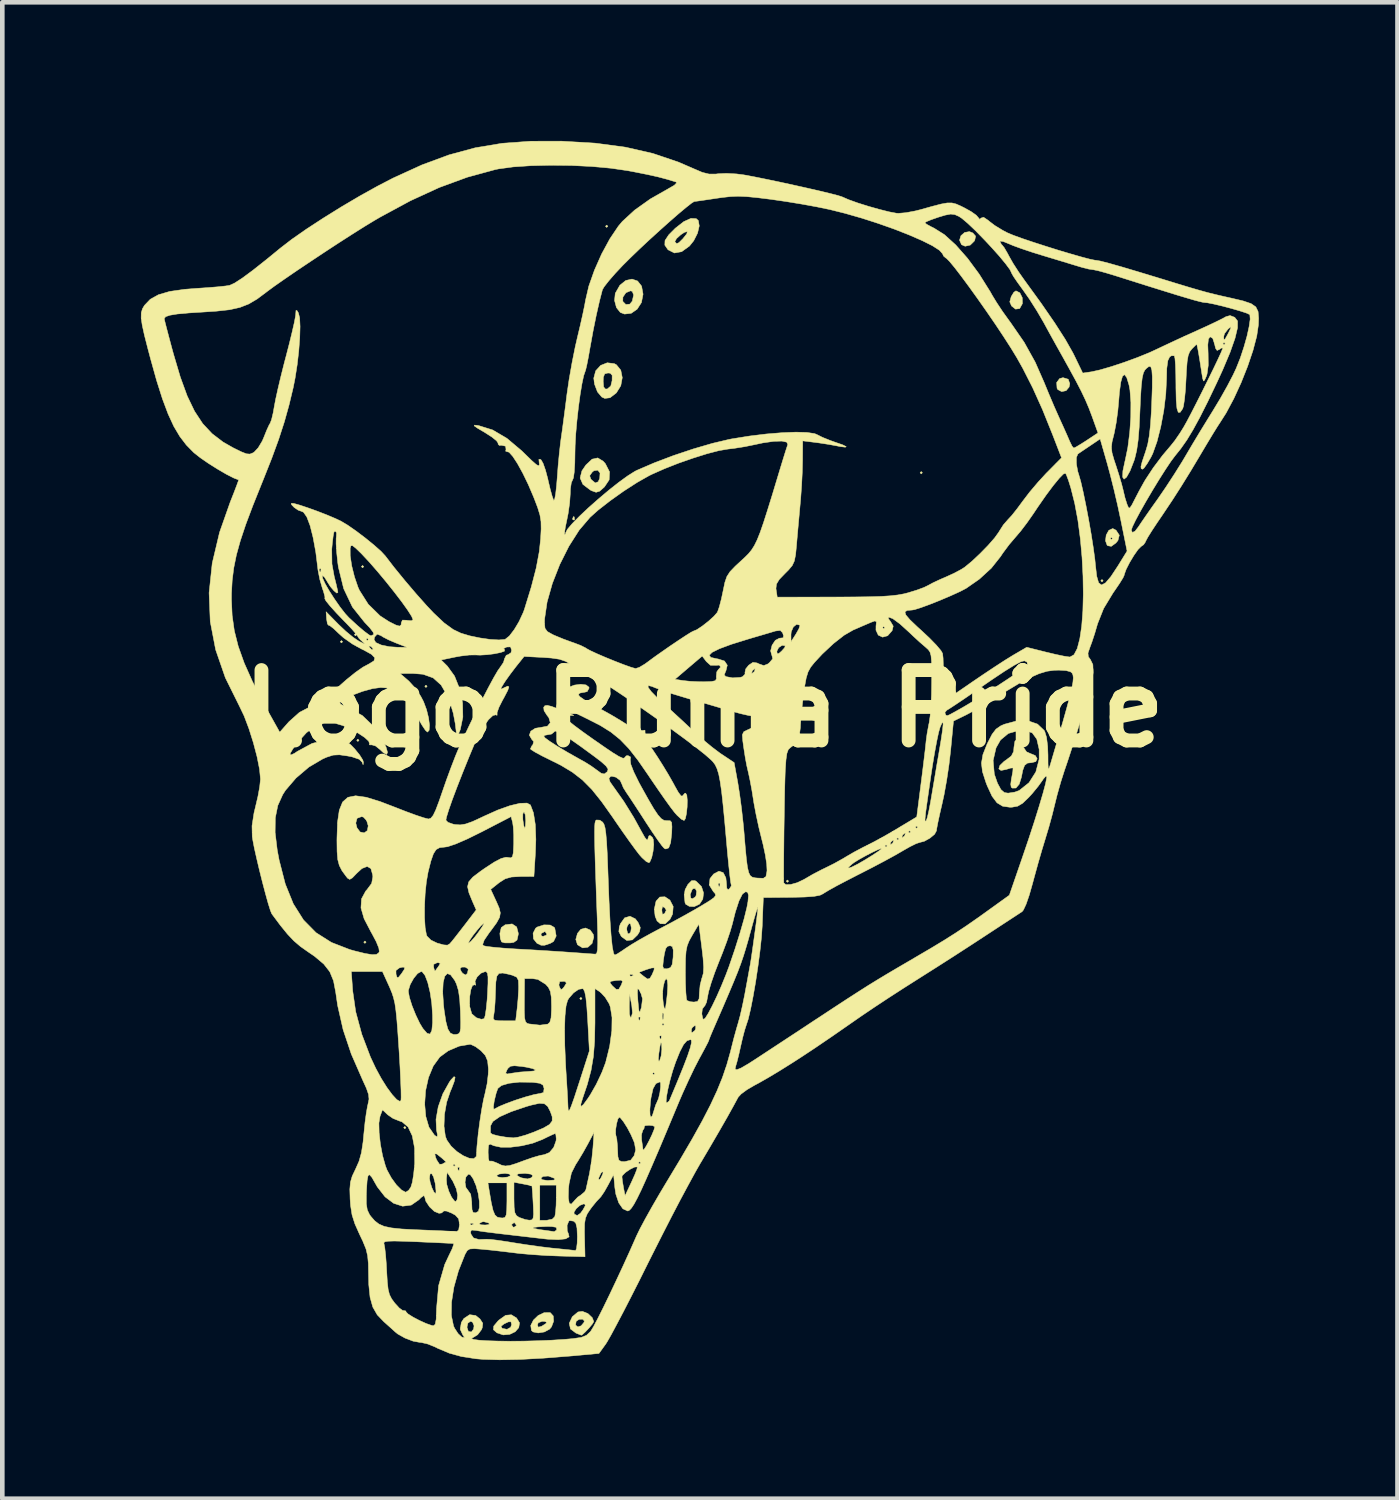
<source format=kicad_pcb>
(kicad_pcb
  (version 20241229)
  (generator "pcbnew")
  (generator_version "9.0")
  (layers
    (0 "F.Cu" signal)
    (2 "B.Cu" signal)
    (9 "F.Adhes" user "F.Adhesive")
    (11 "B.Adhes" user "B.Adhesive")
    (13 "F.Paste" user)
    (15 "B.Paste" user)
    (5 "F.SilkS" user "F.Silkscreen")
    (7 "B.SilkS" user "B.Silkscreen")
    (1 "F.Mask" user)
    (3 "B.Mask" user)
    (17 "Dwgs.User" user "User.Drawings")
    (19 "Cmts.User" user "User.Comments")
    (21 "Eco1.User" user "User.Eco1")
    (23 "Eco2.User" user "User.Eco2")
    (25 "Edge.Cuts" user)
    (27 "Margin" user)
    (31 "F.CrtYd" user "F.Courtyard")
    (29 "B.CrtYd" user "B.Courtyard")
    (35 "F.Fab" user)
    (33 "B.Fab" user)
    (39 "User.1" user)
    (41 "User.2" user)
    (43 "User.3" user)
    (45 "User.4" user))
  (footprint "Logo Puma Pride"
    (layer "F.Cu")
    (at 12.188 12.286)
    (property "Reference" "Logo Puma Pride" (at 0 0 0) (layer "F.SilkS") (effects (font (size 1.524 1.524) (thickness 0.3))))
    (attr through_hole)
    (fp_poly (pts (xy -7.823 -1.448) (xy -7.849 -1.422) (xy -7.874 -1.448) (xy -7.849 -1.473) (xy -7.823 -1.448)) (stroke (width 0.01) (type solid)) (fill yes) (layer "F.SilkS"))
    (fp_poly (pts (xy -7.518 -1.6) (xy -7.544 -1.575) (xy -7.569 -1.6) (xy -7.544 -1.626) (xy -7.518 -1.6)) (stroke (width 0.01) (type solid)) (fill yes) (layer "F.SilkS"))
    (fp_poly (pts (xy -7.468 0.686) (xy -7.493 0.711) (xy -7.518 0.686) (xy -7.493 0.66) (xy -7.468 0.686)) (stroke (width 0.01) (type solid)) (fill yes) (layer "F.SilkS"))
    (fp_poly (pts (xy -7.366 -3.073) (xy -7.391 -3.048) (xy -7.417 -3.073) (xy -7.391 -3.099) (xy -7.366 -3.073)) (stroke (width 0.01) (type solid)) (fill yes) (layer "F.SilkS"))
    (fp_poly (pts (xy -7.315 5.055) (xy -7.341 5.08) (xy -7.366 5.055) (xy -7.341 5.029) (xy -7.315 5.055)) (stroke (width 0.01) (type solid)) (fill yes) (layer "F.SilkS"))
    (fp_poly (pts (xy -6.452 9.068) (xy -6.477 9.093) (xy -6.502 9.068) (xy -6.477 9.042) (xy -6.452 9.068)) (stroke (width 0.01) (type solid)) (fill yes) (layer "F.SilkS"))
    (fp_poly (pts (xy -5.994 -0.483) (xy -6.02 -0.457) (xy -6.045 -0.483) (xy -6.02 -0.508) (xy -5.994 -0.483)) (stroke (width 0.01) (type solid)) (fill yes) (layer "F.SilkS"))
    (fp_poly (pts (xy -2.642 6.274) (xy -2.667 6.299) (xy -2.692 6.274) (xy -2.667 6.248) (xy -2.642 6.274)) (stroke (width 0.01) (type solid)) (fill yes) (layer "F.SilkS"))
    (fp_poly (pts (xy -2.083 -10.439) (xy -2.108 -10.414) (xy -2.134 -10.439) (xy -2.108 -10.465) (xy -2.083 -10.439)) (stroke (width 0.01) (type solid)) (fill yes) (layer "F.SilkS"))
    (fp_poly (pts (xy 1.829 3.734) (xy 1.803 3.759) (xy 1.778 3.734) (xy 1.803 3.708) (xy 1.829 3.734)) (stroke (width 0.01) (type solid)) (fill yes) (layer "F.SilkS"))
    (fp_poly (pts (xy 4.724 -5.105) (xy 4.699 -5.08) (xy 4.674 -5.105) (xy 4.699 -5.131) (xy 4.724 -5.105)) (stroke (width 0.01) (type solid)) (fill yes) (layer "F.SilkS"))
    (fp_poly (pts (xy 8.636 -2.769) (xy 8.611 -2.743) (xy 8.585 -2.769) (xy 8.611 -2.794) (xy 8.636 -2.769)) (stroke (width 0.01) (type solid)) (fill yes) (layer "F.SilkS"))
    (fp_poly (pts (xy -2.811 -4.149) (xy -2.805 -4.088) (xy -2.811 -4.081) (xy -2.841 -4.088) (xy -2.845 -4.115) (xy -2.826 -4.157) (xy -2.811 -4.149)) (stroke (width 0.01) (type solid)) (fill yes) (layer "F.SilkS"))
    (fp_poly (pts (xy 7.88 -7.129) (xy 7.914 -7.032) (xy 7.899 -6.959) (xy 7.834 -6.881) (xy 7.738 -6.861) (xy 7.655 -6.905) (xy 7.638 -6.934) (xy 7.63 -7.058) (xy 7.694 -7.143) (xy 7.768 -7.163) (xy 7.88 -7.129)) (stroke (width 0.01) (type solid)) (fill yes) (layer "F.SilkS"))
    (fp_poly (pts (xy 5.816 -10.294) (xy 5.876 -10.226) (xy 5.858 -10.14) (xy 5.847 -10.118) (xy 5.76 -10.032) (xy 5.649 -10.007) (xy 5.571 -10.041) (xy 5.528 -10.138) (xy 5.558 -10.235) (xy 5.638 -10.305) (xy 5.742 -10.324) (xy 5.816 -10.294)) (stroke (width 0.01) (type solid)) (fill yes) (layer "F.SilkS"))
    (fp_poly (pts (xy 6.833 -8.999) (xy 6.886 -8.893) (xy 6.889 -8.767) (xy 6.888 -8.764) (xy 6.829 -8.658) (xy 6.74 -8.646) (xy 6.654 -8.714) (xy 6.615 -8.803) (xy 6.646 -8.917) (xy 6.703 -9.01) (xy 6.749 -9.042) (xy 6.833 -8.999)) (stroke (width 0.01) (type solid)) (fill yes) (layer "F.SilkS"))
    (fp_poly (pts (xy -2.466 4.791) (xy -2.398 4.886) (xy -2.388 4.945) (xy -2.424 5.081) (xy -2.514 5.163) (xy -2.628 5.178) (xy -2.737 5.112) (xy -2.741 5.108) (xy -2.777 4.995) (xy -2.74 4.863) (xy -2.668 4.776) (xy -2.568 4.747) (xy -2.466 4.791)) (stroke (width 0.01) (type solid)) (fill yes) (layer "F.SilkS"))
    (fp_poly (pts (xy -4.056 4.725) (xy -4.021 4.862) (xy -4.023 4.893) (xy -4.049 5.008) (xy -4.118 5.058) (xy -4.193 5.07) (xy -4.313 5.07) (xy -4.383 5.049) (xy -4.41 4.976) (xy -4.42 4.867) (xy -4.39 4.739) (xy -4.305 4.678) (xy -4.155 4.659) (xy -4.056 4.725)) (stroke (width 0.01) (type solid)) (fill yes) (layer "F.SilkS"))
    (fp_poly (pts (xy 8.915 -3.861) (xy 8.986 -3.754) (xy 8.956 -3.638) (xy 8.912 -3.585) (xy 8.812 -3.512) (xy 8.735 -3.526) (xy 8.721 -3.539) (xy 8.687 -3.632) (xy 8.693 -3.683) (xy 8.788 -3.683) (xy 8.814 -3.658) (xy 8.839 -3.683) (xy 8.814 -3.708) (xy 8.788 -3.683) (xy 8.693 -3.683) (xy 8.702 -3.756) (xy 8.757 -3.856) (xy 8.763 -3.861) (xy 8.844 -3.898) (xy 8.915 -3.861)) (stroke (width 0.01) (type solid)) (fill yes) (layer "F.SilkS"))
    (fp_poly (pts (xy -0.74 4.144) (xy -0.669 4.281) (xy -0.682 4.446) (xy -0.739 4.561) (xy -0.844 4.658) (xy -0.948 4.655) (xy -1.018 4.595) (xy -1.06 4.493) (xy -1.074 4.369) (xy -0.914 4.369) (xy -0.904 4.45) (xy -0.866 4.441) (xy -0.853 4.43) (xy -0.819 4.361) (xy -0.853 4.308) (xy -0.899 4.283) (xy -0.914 4.344) (xy -0.914 4.369) (xy -1.074 4.369) (xy -1.077 4.349) (xy -1.076 4.332) (xy -1.04 4.167) (xy -0.959 4.077) (xy -0.848 4.072) (xy -0.74 4.144)) (stroke (width 0.01) (type solid)) (fill yes) (layer "F.SilkS"))
    (fp_poly (pts (xy -4.059 13.187) (xy -3.994 13.293) (xy -4.011 13.397) (xy -4.088 13.485) (xy -4.207 13.542) (xy -4.348 13.554) (xy -4.483 13.509) (xy -4.559 13.442) (xy -4.553 13.367) (xy -4.396 13.367) (xy -4.372 13.409) (xy -4.368 13.412) (xy -4.266 13.433) (xy -4.186 13.389) (xy -4.166 13.33) (xy -4.179 13.27) (xy -4.235 13.271) (xy -4.328 13.315) (xy -4.396 13.367) (xy -4.553 13.367) (xy -4.552 13.362) (xy -4.462 13.254) (xy -4.438 13.231) (xy -4.295 13.129) (xy -4.172 13.118) (xy -4.059 13.187)) (stroke (width 0.01) (type solid)) (fill yes) (layer "F.SilkS"))
    (fp_poly (pts (xy -1.488 4.549) (xy -1.427 4.63) (xy -1.381 4.736) (xy -1.395 4.822) (xy -1.439 4.896) (xy -1.552 5.005) (xy -1.673 5.018) (xy -1.786 4.936) (xy -1.798 4.92) (xy -1.845 4.825) (xy -1.84 4.778) (xy -1.676 4.778) (xy -1.655 4.859) (xy -1.626 4.877) (xy -1.588 4.833) (xy -1.575 4.747) (xy -1.591 4.66) (xy -1.626 4.648) (xy -1.668 4.72) (xy -1.676 4.778) (xy -1.84 4.778) (xy -1.835 4.723) (xy -1.81 4.654) (xy -1.72 4.528) (xy -1.604 4.493) (xy -1.488 4.549)) (stroke (width 0.01) (type solid)) (fill yes) (layer "F.SilkS"))
    (fp_poly (pts (xy -3.332 4.683) (xy -3.243 4.734) (xy -3.231 4.754) (xy -3.201 4.921) (xy -3.257 5.038) (xy -3.331 5.081) (xy -3.451 5.121) (xy -3.53 5.12) (xy -3.619 5.077) (xy -3.619 5.076) (xy -3.693 4.983) (xy -3.7 4.877) (xy -3.531 4.877) (xy -3.519 4.92) (xy -3.483 4.928) (xy -3.413 4.901) (xy -3.404 4.877) (xy -3.44 4.827) (xy -3.451 4.826) (xy -3.52 4.863) (xy -3.531 4.877) (xy -3.7 4.877) (xy -3.701 4.86) (xy -3.646 4.752) (xy -3.61 4.726) (xy -3.467 4.68) (xy -3.332 4.683)) (stroke (width 0.01) (type solid)) (fill yes) (layer "F.SilkS"))
    (fp_poly (pts (xy -3.326 13.075) (xy -3.264 13.144) (xy -3.257 13.259) (xy -3.302 13.379) (xy -3.344 13.429) (xy -3.457 13.49) (xy -3.591 13.511) (xy -3.701 13.489) (xy -3.736 13.459) (xy -3.752 13.35) (xy -3.745 13.337) (xy -3.607 13.337) (xy -3.589 13.387) (xy -3.52 13.368) (xy -3.505 13.36) (xy -3.425 13.309) (xy -3.404 13.282) (xy -3.446 13.263) (xy -3.505 13.259) (xy -3.589 13.291) (xy -3.607 13.337) (xy -3.745 13.337) (xy -3.695 13.234) (xy -3.59 13.133) (xy -3.462 13.072) (xy -3.335 13.071) (xy -3.326 13.075)) (stroke (width 0.01) (type solid)) (fill yes) (layer "F.SilkS"))
    (fp_poly (pts (xy -2.515 13.091) (xy -2.42 13.181) (xy -2.388 13.266) (xy -2.418 13.317) (xy -2.49 13.404) (xy -2.573 13.492) (xy -2.639 13.552) (xy -2.657 13.56) (xy -2.706 13.541) (xy -2.774 13.514) (xy -2.892 13.425) (xy -2.91 13.341) (xy -2.782 13.341) (xy -2.732 13.381) (xy -2.662 13.357) (xy -2.601 13.284) (xy -2.591 13.253) (xy -2.628 13.213) (xy -2.704 13.216) (xy -2.768 13.258) (xy -2.769 13.259) (xy -2.782 13.341) (xy -2.91 13.341) (xy -2.918 13.301) (xy -2.852 13.16) (xy -2.729 13.057) (xy -2.634 13.044) (xy -2.515 13.091)) (stroke (width 0.01) (type solid)) (fill yes) (layer "F.SilkS"))
    (fp_poly (pts (xy -1.44 -9.255) (xy -1.353 -9.144) (xy -1.321 -8.969) (xy -1.356 -8.789) (xy -1.449 -8.645) (xy -1.577 -8.556) (xy -1.721 -8.539) (xy -1.813 -8.574) (xy -1.897 -8.679) (xy -1.933 -8.814) (xy -1.76 -8.814) (xy -1.694 -8.746) (xy -1.608 -8.754) (xy -1.555 -8.818) (xy -1.525 -8.953) (xy -1.555 -9.031) (xy -1.594 -9.042) (xy -1.692 -9.001) (xy -1.757 -8.907) (xy -1.76 -8.814) (xy -1.933 -8.814) (xy -1.938 -8.833) (xy -1.923 -8.985) (xy -1.921 -8.991) (xy -1.822 -9.164) (xy -1.695 -9.266) (xy -1.56 -9.296) (xy -1.44 -9.255)) (stroke (width 0.01) (type solid)) (fill yes) (layer "F.SilkS"))
    (fp_poly (pts (xy -0.171 3.737) (xy -0.057 3.85) (xy -0.012 3.987) (xy -0.028 4.122) (xy -0.098 4.23) (xy -0.215 4.285) (xy -0.318 4.28) (xy -0.397 4.234) (xy -0.413 4.2) (xy -0.424 4.102) (xy -0.431 4.033) (xy -0.429 4.024) (xy -0.301 4.024) (xy -0.288 4.099) (xy -0.252 4.115) (xy -0.19 4.074) (xy -0.172 4.041) (xy -0.162 3.951) (xy -0.192 3.893) (xy -0.241 3.897) (xy -0.26 3.919) (xy -0.301 4.024) (xy -0.429 4.024) (xy -0.41 3.915) (xy -0.35 3.804) (xy -0.27 3.723) (xy -0.198 3.723) (xy -0.171 3.737)) (stroke (width 0.01) (type solid)) (fill yes) (layer "F.SilkS"))
    (fp_poly (pts (xy -2.185 -5.355) (xy -2.137 -5.302) (xy -2.046 -5.123) (xy -2.055 -4.951) (xy -2.157 -4.798) (xy -2.26 -4.706) (xy -2.338 -4.682) (xy -2.434 -4.716) (xy -2.464 -4.732) (xy -2.623 -4.853) (xy -2.683 -4.99) (xy -2.671 -5.04) (xy -2.477 -5.04) (xy -2.451 -4.968) (xy -2.441 -4.956) (xy -2.355 -4.884) (xy -2.292 -4.91) (xy -2.259 -4.984) (xy -2.252 -5.1) (xy -2.302 -5.161) (xy -2.386 -5.148) (xy -2.422 -5.118) (xy -2.477 -5.04) (xy -2.671 -5.04) (xy -2.644 -5.147) (xy -2.558 -5.273) (xy -2.424 -5.399) (xy -2.302 -5.426) (xy -2.185 -5.355)) (stroke (width 0.01) (type solid)) (fill yes) (layer "F.SilkS"))
    (fp_poly (pts (xy -0.17 -10.604) (xy -0.125 -10.563) (xy -0.105 -10.447) (xy -0.142 -10.29) (xy -0.224 -10.127) (xy -0.316 -10.012) (xy -0.486 -9.889) (xy -0.642 -9.861) (xy -0.778 -9.929) (xy -0.784 -9.935) (xy -0.85 -10.031) (xy -0.847 -10.11) (xy -0.632 -10.11) (xy -0.63 -10.101) (xy -0.594 -10.064) (xy -0.546 -10.084) (xy -0.459 -10.17) (xy -0.374 -10.277) (xy -0.364 -10.325) (xy -0.426 -10.308) (xy -0.506 -10.255) (xy -0.597 -10.173) (xy -0.632 -10.11) (xy -0.847 -10.11) (xy -0.846 -10.131) (xy -0.766 -10.253) (xy -0.623 -10.397) (xy -0.44 -10.54) (xy -0.285 -10.61) (xy -0.17 -10.604)) (stroke (width 0.01) (type solid)) (fill yes) (layer "F.SilkS"))
    (fp_poly (pts (xy -1.943 -7.466) (xy -1.898 -7.442) (xy -1.803 -7.325) (xy -1.771 -7.163) (xy -1.803 -6.988) (xy -1.898 -6.835) (xy -1.903 -6.83) (xy -2.036 -6.728) (xy -2.15 -6.714) (xy -2.215 -6.744) (xy -2.308 -6.855) (xy -2.371 -7.021) (xy -2.379 -7.083) (xy -2.184 -7.083) (xy -2.174 -6.961) (xy -2.136 -6.917) (xy -2.095 -6.918) (xy -2.02 -6.982) (xy -1.991 -7.1) (xy -1.99 -7.214) (xy -2.03 -7.259) (xy -2.08 -7.264) (xy -2.151 -7.246) (xy -2.18 -7.173) (xy -2.184 -7.083) (xy -2.379 -7.083) (xy -2.388 -7.152) (xy -2.346 -7.311) (xy -2.239 -7.428) (xy -2.096 -7.485) (xy -1.943 -7.466)) (stroke (width 0.01) (type solid)) (fill yes) (layer "F.SilkS"))
    (fp_poly (pts (xy 6.847 0.718) (xy 6.892 0.808) (xy 6.979 0.936) (xy 7.067 0.974) (xy 7.169 1.016) (xy 7.208 1.084) (xy 7.179 1.146) (xy 7.093 1.168) (xy 6.997 1.179) (xy 6.936 1.228) (xy 6.896 1.336) (xy 6.867 1.485) (xy 6.82 1.635) (xy 6.749 1.718) (xy 6.67 1.72) (xy 6.646 1.701) (xy 6.636 1.637) (xy 6.651 1.516) (xy 6.658 1.485) (xy 6.681 1.361) (xy 6.686 1.288) (xy 6.684 1.283) (xy 6.631 1.287) (xy 6.539 1.316) (xy 6.425 1.338) (xy 6.378 1.303) (xy 6.4 1.231) (xy 6.493 1.141) (xy 6.53 1.116) (xy 6.649 1.025) (xy 6.699 0.926) (xy 6.706 0.834) (xy 6.727 0.703) (xy 6.78 0.663) (xy 6.847 0.718)) (stroke (width 0.01) (type solid)) (fill yes) (layer "F.SilkS"))
    (fp_poly (pts (xy -2.555 -0.513) (xy -2.493 -0.465) (xy -2.489 -0.445) (xy -2.53 -0.369) (xy -2.582 -0.356) (xy -2.679 -0.339) (xy -2.709 -0.322) (xy -2.717 -0.294) (xy -2.683 -0.254) (xy -2.594 -0.192) (xy -2.439 -0.102) (xy -2.21 0.025) (xy -2.004 0.14) (xy -1.803 0.26) (xy -1.647 0.359) (xy -1.642 0.363) (xy -1.477 0.455) (xy -1.358 0.478) (xy -1.342 0.474) (xy -1.279 0.466) (xy -1.277 0.528) (xy -1.282 0.55) (xy -1.289 0.647) (xy -1.27 0.686) (xy -1.215 0.746) (xy -1.124 0.872) (xy -1.01 1.044) (xy -0.887 1.239) (xy -0.768 1.436) (xy -0.667 1.614) (xy -0.634 1.676) (xy -0.558 1.811) (xy -0.499 1.888) (xy -0.47 1.892) (xy -0.419 1.833) (xy -0.4 1.829) (xy -0.374 1.873) (xy -0.364 1.984) (xy -0.367 2.128) (xy -0.382 2.272) (xy -0.405 2.38) (xy -0.432 2.421) (xy -0.491 2.394) (xy -0.584 2.309) (xy -0.639 2.247) (xy -0.725 2.135) (xy -0.851 1.96) (xy -1.002 1.743) (xy -1.164 1.506) (xy -1.207 1.442) (xy -1.431 1.118) (xy -1.628 0.866) (xy -1.817 0.669) (xy -2.018 0.507) (xy -2.249 0.363) (xy -2.53 0.22) (xy -2.744 0.115) (xy -2.879 0.039) (xy -2.951 -0.018) (xy -2.975 -0.068) (xy -2.969 -0.111) (xy -2.967 -0.214) (xy -2.997 -0.254) (xy -3.033 -0.312) (xy -3.003 -0.395) (xy -2.927 -0.465) (xy -2.805 -0.51) (xy -2.67 -0.527) (xy -2.555 -0.513)) (stroke (width 0.01) (type solid)) (fill yes) (layer "F.SilkS"))
    (fp_poly (pts (xy -3.3 -0.048) (xy -3.146 0.01) (xy -2.946 0.092) (xy -2.819 0.146) (xy -2.941 0.149) (xy -3.064 0.152) (xy -2.941 0.26) (xy -2.817 0.36) (xy -2.626 0.502) (xy -2.39 0.67) (xy -2.127 0.852) (xy -1.976 0.954) (xy -1.845 1.034) (xy -1.755 1.074) (xy -1.727 1.068) (xy -1.686 1.022) (xy -1.648 1.016) (xy -1.591 1.047) (xy -1.598 1.11) (xy -1.587 1.203) (xy -1.522 1.37) (xy -1.409 1.6) (xy -1.365 1.681) (xy -1.209 1.961) (xy -1.091 2.163) (xy -1 2.299) (xy -0.929 2.38) (xy -0.868 2.418) (xy -0.807 2.425) (xy -0.797 2.425) (xy -0.734 2.426) (xy -0.703 2.462) (xy -0.696 2.557) (xy -0.701 2.692) (xy -0.724 2.901) (xy -0.766 3.014) (xy -0.829 3.038) (xy -0.862 3.024) (xy -0.911 2.969) (xy -1.001 2.846) (xy -1.119 2.674) (xy -1.252 2.472) (xy -1.391 2.256) (xy -1.52 2.059) (xy -1.622 1.904) (xy -1.681 1.818) (xy -1.748 1.711) (xy -1.778 1.638) (xy -1.778 1.636) (xy -1.817 1.553) (xy -1.906 1.485) (xy -2 1.462) (xy -2.028 1.471) (xy -2.06 1.514) (xy -2.035 1.587) (xy -1.948 1.71) (xy -1.737 2.008) (xy -1.523 2.354) (xy -1.351 2.667) (xy -1.283 2.788) (xy -1.235 2.845) (xy -1.221 2.832) (xy -1.197 2.757) (xy -1.172 2.743) (xy -1.12 2.785) (xy -1.099 2.832) (xy -1.09 2.943) (xy -1.104 3.086) (xy -1.134 3.224) (xy -1.174 3.317) (xy -1.194 3.335) (xy -1.253 3.308) (xy -1.346 3.223) (xy -1.401 3.161) (xy -1.486 3.05) (xy -1.613 2.876) (xy -1.766 2.66) (xy -1.93 2.423) (xy -1.982 2.346) (xy -2.219 2.012) (xy -2.429 1.75) (xy -2.633 1.544) (xy -2.85 1.376) (xy -3.099 1.226) (xy -3.321 1.115) (xy -3.509 1.022) (xy -3.657 0.942) (xy -3.744 0.887) (xy -3.759 0.87) (xy -3.728 0.805) (xy -3.706 0.78) (xy -3.688 0.713) (xy -3.731 0.663) (xy -3.772 0.592) (xy -3.471 0.592) (xy -3.444 0.631) (xy -3.34 0.708) (xy -3.171 0.817) (xy -2.95 0.949) (xy -2.689 1.096) (xy -2.591 1.15) (xy -2.454 1.235) (xy -2.337 1.319) (xy -2.227 1.399) (xy -2.16 1.414) (xy -2.103 1.371) (xy -2.09 1.355) (xy -2.079 1.307) (xy -2.124 1.24) (xy -2.234 1.142) (xy -2.376 1.034) (xy -2.675 0.815) (xy -2.902 0.656) (xy -3.065 0.551) (xy -3.171 0.496) (xy -3.227 0.486) (xy -3.24 0.499) (xy -3.301 0.55) (xy -3.349 0.559) (xy -3.443 0.576) (xy -3.471 0.592) (xy -3.772 0.592) (xy -3.783 0.575) (xy -3.751 0.488) (xy -3.653 0.425) (xy -3.534 0.406) (xy -3.39 0.379) (xy -3.329 0.304) (xy -3.36 0.196) (xy -3.4 0.144) (xy -3.463 0.046) (xy -3.472 -0.028) (xy -3.446 -0.063) (xy -3.395 -0.071) (xy -3.3 -0.048)) (stroke (width 0.01) (type solid)) (fill yes) (layer "F.SilkS"))
    (fp_poly (pts (xy -2.356 -12.238) (xy -1.703 -12.151) (xy -1.108 -12.015) (xy -0.553 -11.827) (xy -0.23 -11.687) (xy -0.038 -11.605) (xy 0.109 -11.569) (xy 0.252 -11.569) (xy 0.305 -11.576) (xy 0.482 -11.584) (xy 0.702 -11.572) (xy 0.864 -11.551) (xy 1.079 -11.511) (xy 1.341 -11.458) (xy 1.633 -11.397) (xy 1.936 -11.331) (xy 2.232 -11.265) (xy 2.502 -11.203) (xy 2.73 -11.148) (xy 2.897 -11.105) (xy 2.985 -11.077) (xy 2.989 -11.075) (xy 3.127 -11.015) (xy 3.325 -10.944) (xy 3.557 -10.871) (xy 3.792 -10.805) (xy 4.002 -10.752) (xy 4.16 -10.722) (xy 4.206 -10.719) (xy 4.368 -10.733) (xy 4.567 -10.77) (xy 4.675 -10.797) (xy 4.94 -10.871) (xy 5.128 -10.92) (xy 5.262 -10.944) (xy 5.363 -10.944) (xy 5.452 -10.922) (xy 5.552 -10.878) (xy 5.625 -10.842) (xy 5.777 -10.758) (xy 5.889 -10.679) (xy 5.929 -10.633) (xy 5.965 -10.589) (xy 5.994 -10.617) (xy 6.049 -10.634) (xy 6.147 -10.568) (xy 6.167 -10.55) (xy 6.292 -10.455) (xy 6.463 -10.351) (xy 6.568 -10.296) (xy 6.693 -10.244) (xy 6.886 -10.174) (xy 7.127 -10.093) (xy 7.397 -10.006) (xy 7.674 -9.919) (xy 7.94 -9.84) (xy 8.174 -9.773) (xy 8.356 -9.725) (xy 8.467 -9.703) (xy 8.481 -9.703) (xy 8.573 -9.687) (xy 8.76 -9.639) (xy 9.042 -9.559) (xy 9.421 -9.446) (xy 9.895 -9.302) (xy 9.931 -9.291) (xy 10.26 -9.19) (xy 10.515 -9.113) (xy 10.718 -9.054) (xy 10.891 -9.006) (xy 11.059 -8.964) (xy 11.243 -8.921) (xy 11.414 -8.883) (xy 11.668 -8.823) (xy 11.838 -8.765) (xy 11.94 -8.694) (xy 11.989 -8.594) (xy 12.001 -8.449) (xy 11.996 -8.306) (xy 11.96 -8.06) (xy 11.879 -7.753) (xy 11.763 -7.409) (xy 11.621 -7.052) (xy 11.463 -6.708) (xy 11.298 -6.399) (xy 11.17 -6.198) (xy 11.11 -6.106) (xy 11.012 -5.948) (xy 10.89 -5.746) (xy 10.756 -5.521) (xy 10.751 -5.512) (xy 10.53 -5.142) (xy 10.333 -4.823) (xy 10.139 -4.52) (xy 9.922 -4.195) (xy 9.804 -4.022) (xy 9.691 -3.851) (xy 9.603 -3.71) (xy 9.556 -3.622) (xy 9.55 -3.605) (xy 9.511 -3.547) (xy 9.457 -3.51) (xy 9.39 -3.442) (xy 9.301 -3.315) (xy 9.209 -3.162) (xy 9.134 -3.015) (xy 9.095 -2.907) (xy 9.093 -2.891) (xy 9.066 -2.831) (xy 8.992 -2.711) (xy 8.886 -2.555) (xy 8.849 -2.502) (xy 8.647 -2.168) (xy 8.516 -1.839) (xy 8.513 -1.829) (xy 8.454 -1.627) (xy 8.392 -1.439) (xy 8.35 -1.326) (xy 8.308 -1.203) (xy 8.315 -1.125) (xy 8.36 -1.063) (xy 8.414 -0.952) (xy 8.419 -0.78) (xy 8.416 -0.754) (xy 8.391 -0.625) (xy 8.34 -0.419) (xy 8.266 -0.152) (xy 8.177 0.156) (xy 8.076 0.489) (xy 7.969 0.827) (xy 7.862 1.153) (xy 7.796 1.346) (xy 7.718 1.591) (xy 7.641 1.864) (xy 7.593 2.057) (xy 7.536 2.289) (xy 7.462 2.56) (xy 7.386 2.812) (xy 7.384 2.819) (xy 7.314 3.049) (xy 7.232 3.332) (xy 7.151 3.626) (xy 7.108 3.785) (xy 7.037 4.035) (xy 6.969 4.232) (xy 6.91 4.358) (xy 6.881 4.394) (xy 6.813 4.438) (xy 6.676 4.528) (xy 6.486 4.652) (xy 6.259 4.801) (xy 6.079 4.919) (xy 5.762 5.126) (xy 5.399 5.361) (xy 5.03 5.597) (xy 4.695 5.809) (xy 4.626 5.853) (xy 4.325 6.044) (xy 4 6.254) (xy 3.685 6.462) (xy 3.411 6.647) (xy 3.33 6.703) (xy 3.015 6.922) (xy 2.766 7.095) (xy 2.566 7.231) (xy 2.4 7.344) (xy 2.249 7.444) (xy 2.099 7.543) (xy 1.93 7.652) (xy 1.854 7.7) (xy 1.624 7.844) (xy 1.387 7.986) (xy 1.178 8.105) (xy 1.093 8.15) (xy 0.929 8.246) (xy 0.8 8.341) (xy 0.738 8.409) (xy 0.638 8.594) (xy 0.498 8.846) (xy 0.326 9.146) (xy 0.135 9.474) (xy -0.064 9.811) (xy -0.076 9.83) (xy -0.189 10.028) (xy -0.338 10.301) (xy -0.515 10.631) (xy -0.709 11.003) (xy -0.912 11.4) (xy -1.116 11.804) (xy -1.212 11.995) (xy -1.4 12.373) (xy -1.581 12.73) (xy -1.747 13.053) (xy -1.893 13.33) (xy -2.01 13.549) (xy -2.095 13.698) (xy -2.13 13.753) (xy -2.276 13.955) (xy -2.903 14.012) (xy -3.476 14.057) (xy -3.987 14.085) (xy -4.426 14.093) (xy -4.782 14.083) (xy -4.939 14.07) (xy -5.253 14.021) (xy -5.512 13.95) (xy -5.764 13.844) (xy -5.819 13.816) (xy -5.975 13.752) (xy -6.12 13.718) (xy -6.15 13.716) (xy -6.297 13.689) (xy -6.475 13.621) (xy -6.631 13.533) (xy -6.684 13.49) (xy -6.753 13.427) (xy -6.866 13.326) (xy -6.933 13.266) (xy -7.074 13.119) (xy -7.17 12.951) (xy -7.229 12.741) (xy -7.257 12.468) (xy -7.262 12.248) (xy -7.266 12.013) (xy -7.282 11.842) (xy -7.316 11.697) (xy -7.372 11.559) (xy -6.932 11.559) (xy -6.927 11.582) (xy -6.911 11.664) (xy -6.893 11.82) (xy -6.877 12.027) (xy -6.87 12.167) (xy -6.856 12.404) (xy -6.838 12.567) (xy -6.809 12.681) (xy -6.762 12.774) (xy -6.695 12.865) (xy -6.598 12.971) (xy -6.522 13.026) (xy -6.498 13.027) (xy -6.454 13.036) (xy -6.452 13.054) (xy -6.409 13.099) (xy -6.302 13.167) (xy -6.161 13.241) (xy -6.015 13.307) (xy -5.895 13.349) (xy -5.855 13.356) (xy -5.819 13.323) (xy -5.798 13.212) (xy -5.796 13.133) (xy -5.47 13.133) (xy -5.423 13.359) (xy -5.401 13.408) (xy -5.323 13.527) (xy -5.246 13.599) (xy -5.232 13.605) (xy -5.184 13.61) (xy -5.217 13.563) (xy -5.22 13.56) (xy -5.279 13.431) (xy -5.271 13.387) (xy -5.132 13.387) (xy -5.104 13.472) (xy -5.098 13.478) (xy -5.037 13.491) (xy -4.99 13.429) (xy -4.978 13.357) (xy -5.011 13.277) (xy -5.055 13.259) (xy -5.112 13.299) (xy -5.132 13.387) (xy -5.271 13.387) (xy -5.254 13.284) (xy -5.199 13.199) (xy -5.074 13.116) (xy -4.943 13.134) (xy -4.851 13.208) (xy -4.79 13.301) (xy -4.801 13.398) (xy -4.819 13.442) (xy -4.902 13.551) (xy -4.992 13.606) (xy -5.037 13.631) (xy -4.993 13.651) (xy -4.873 13.668) (xy -4.691 13.68) (xy -4.46 13.687) (xy -4.192 13.69) (xy -3.902 13.688) (xy -3.601 13.68) (xy -3.302 13.668) (xy -3.02 13.65) (xy -2.839 13.634) (xy -2.659 13.608) (xy -2.545 13.562) (xy -2.461 13.482) (xy -2.447 13.463) (xy -2.391 13.37) (xy -2.301 13.199) (xy -2.185 12.968) (xy -2.051 12.692) (xy -1.906 12.386) (xy -1.757 12.067) (xy -1.613 11.751) (xy -1.481 11.453) (xy -1.467 11.42) (xy -1.391 11.263) (xy -1.273 11.042) (xy -1.126 10.779) (xy -0.962 10.496) (xy -0.831 10.277) (xy -0.518 9.757) (xy -0.256 9.309) (xy -0.04 8.92) (xy 0.137 8.577) (xy 0.28 8.27) (xy 0.396 7.985) (xy 0.459 7.8) (xy 0.671 7.8) (xy 0.708 7.815) (xy 0.802 7.777) (xy 0.963 7.683) (xy 1.126 7.578) (xy 1.281 7.476) (xy 1.503 7.33) (xy 1.771 7.154) (xy 2.068 6.959) (xy 2.373 6.757) (xy 2.464 6.698) (xy 2.816 6.466) (xy 3.102 6.279) (xy 3.343 6.124) (xy 3.555 5.989) (xy 3.76 5.863) (xy 3.976 5.733) (xy 4.222 5.588) (xy 4.517 5.416) (xy 4.572 5.383) (xy 4.915 5.182) (xy 5.196 5.012) (xy 5.441 4.857) (xy 5.677 4.7) (xy 5.93 4.524) (xy 6.16 4.359) (xy 6.606 4.038) (xy 6.886 3.226) (xy 7.025 2.818) (xy 7.148 2.442) (xy 7.252 2.109) (xy 7.334 1.832) (xy 7.39 1.623) (xy 7.415 1.494) (xy 7.417 1.474) (xy 7.395 1.461) (xy 7.341 1.523) (xy 7.321 1.554) (xy 7.229 1.682) (xy 7.102 1.837) (xy 7.024 1.922) (xy 6.893 2.048) (xy 6.786 2.111) (xy 6.664 2.133) (xy 6.616 2.134) (xy 6.462 2.112) (xy 6.339 2.038) (xy 6.232 1.896) (xy 6.128 1.672) (xy 6.098 1.594) (xy 6.024 1.364) (xy 6.002 1.177) (xy 6.012 1.123) (xy 6.255 1.123) (xy 6.281 1.417) (xy 6.349 1.613) (xy 6.424 1.752) (xy 6.498 1.816) (xy 6.579 1.829) (xy 6.726 1.806) (xy 6.819 1.772) (xy 7.031 1.603) (xy 7.179 1.371) (xy 7.251 1.095) (xy 7.251 0.881) (xy 7.2 0.66) (xy 7.102 0.525) (xy 6.949 0.469) (xy 6.818 0.471) (xy 6.585 0.537) (xy 6.415 0.678) (xy 6.318 0.849) (xy 6.255 1.123) (xy 6.012 1.123) (xy 6.034 0.994) (xy 6.121 0.774) (xy 6.141 0.732) (xy 6.233 0.554) (xy 6.317 0.444) (xy 6.419 0.373) (xy 6.498 0.338) (xy 6.768 0.265) (xy 7.013 0.264) (xy 7.215 0.334) (xy 7.358 0.47) (xy 7.373 0.496) (xy 7.411 0.622) (xy 7.435 0.816) (xy 7.442 1.004) (xy 7.443 1.192) (xy 7.448 1.289) (xy 7.459 1.304) (xy 7.481 1.248) (xy 7.5 1.186) (xy 7.642 0.704) (xy 7.757 0.31) (xy 7.846 -0.006) (xy 7.912 -0.252) (xy 7.957 -0.438) (xy 7.982 -0.574) (xy 7.99 -0.668) (xy 7.982 -0.731) (xy 7.962 -0.771) (xy 7.93 -0.797) (xy 7.929 -0.798) (xy 7.835 -0.823) (xy 7.681 -0.833) (xy 7.574 -0.83) (xy 7.42 -0.809) (xy 7.252 -0.758) (xy 7.055 -0.672) (xy 6.815 -0.544) (xy 6.518 -0.366) (xy 6.281 -0.216) (xy 6.071 -0.088) (xy 5.853 0.038) (xy 5.671 0.135) (xy 5.665 0.138) (xy 5.397 0.269) (xy 5.335 0.909) (xy 5.299 1.219) (xy 5.249 1.553) (xy 5.193 1.865) (xy 5.151 2.057) (xy 5.1 2.278) (xy 5.059 2.467) (xy 5.034 2.599) (xy 5.029 2.643) (xy 4.988 2.719) (xy 4.887 2.803) (xy 4.766 2.87) (xy 4.666 2.896) (xy 4.59 2.921) (xy 4.458 2.986) (xy 4.296 3.078) (xy 4.293 3.08) (xy 4.132 3.173) (xy 3.907 3.296) (xy 3.646 3.434) (xy 3.377 3.572) (xy 3.327 3.597) (xy 3.085 3.722) (xy 2.869 3.835) (xy 2.7 3.929) (xy 2.597 3.991) (xy 2.579 4.004) (xy 2.507 4.039) (xy 2.377 4.063) (xy 2.176 4.077) (xy 1.888 4.084) (xy 1.887 4.084) (xy 1.282 4.089) (xy 1.258 4.699) (xy 1.241 4.949) (xy 1.209 5.249) (xy 1.166 5.576) (xy 1.116 5.909) (xy 1.061 6.226) (xy 1.006 6.505) (xy 0.954 6.723) (xy 0.913 6.847) (xy 0.878 6.956) (xy 0.833 7.126) (xy 0.792 7.304) (xy 0.75 7.491) (xy 0.711 7.647) (xy 0.685 7.734) (xy 0.671 7.8) (xy 0.459 7.8) (xy 0.49 7.71) (xy 0.568 7.433) (xy 0.591 7.341) (xy 0.645 7.128) (xy 0.704 6.915) (xy 0.736 6.807) (xy 0.779 6.65) (xy 0.829 6.432) (xy 0.878 6.193) (xy 0.891 6.121) (xy 0.931 5.906) (xy 0.965 5.72) (xy 0.988 5.592) (xy 0.994 5.563) (xy 1.013 5.449) (xy 1.039 5.274) (xy 1.069 5.061) (xy 1.1 4.835) (xy 1.129 4.621) (xy 1.151 4.443) (xy 1.164 4.327) (xy 1.166 4.296) (xy 1.153 4.319) (xy 1.119 4.423) (xy 1.07 4.591) (xy 1.019 4.775) (xy 0.959 4.994) (xy 0.905 5.18) (xy 0.853 5.349) (xy 0.796 5.516) (xy 0.728 5.697) (xy 0.643 5.906) (xy 0.536 6.16) (xy 0.402 6.473) (xy 0.233 6.861) (xy 0.196 6.946) (xy 0.14 7.078) (xy 0.106 7.165) (xy 0.102 7.181) (xy 0.079 7.231) (xy 0.018 7.348) (xy -0.069 7.51) (xy -0.104 7.573) (xy -0.211 7.78) (xy -0.337 8.044) (xy -0.464 8.323) (xy -0.543 8.507) (xy -0.769 9.048) (xy -0.96 9.503) (xy -1.121 9.878) (xy -1.253 10.18) (xy -1.36 10.417) (xy -1.447 10.595) (xy -1.515 10.722) (xy -1.57 10.806) (xy -1.613 10.853) (xy -1.648 10.871) (xy -1.656 10.871) (xy -1.758 10.824) (xy -1.847 10.696) (xy -1.91 10.508) (xy -1.931 10.371) (xy -1.954 10.13) (xy -1.778 10.13) (xy -1.768 10.224) (xy -1.745 10.361) (xy -1.744 10.369) (xy -1.71 10.54) (xy -1.568 10.238) (xy -1.498 10.082) (xy -1.454 9.967) (xy -1.445 9.918) (xy -1.503 9.921) (xy -1.601 9.969) (xy -1.702 10.038) (xy -1.769 10.105) (xy -1.778 10.13) (xy -1.954 10.13) (xy -1.958 10.084) (xy -2.079 10.312) (xy -2.16 10.455) (xy -2.233 10.562) (xy -2.26 10.592) (xy -2.327 10.662) (xy -2.422 10.779) (xy -2.46 10.83) (xy -2.528 10.931) (xy -2.568 11.028) (xy -2.587 11.149) (xy -2.589 11.326) (xy -2.587 11.439) (xy -2.577 11.862) (xy -3.13 11.847) (xy -3.413 11.836) (xy -3.713 11.816) (xy -3.98 11.793) (xy -4.089 11.78) (xy -4.335 11.75) (xy -4.59 11.721) (xy -4.8 11.7) (xy -4.802 11.7) (xy -4.973 11.687) (xy -5.072 11.694) (xy -5.127 11.729) (xy -5.17 11.803) (xy -5.177 11.818) (xy -5.316 12.168) (xy -5.414 12.518) (xy -5.466 12.846) (xy -5.47 13.133) (xy -5.796 13.133) (xy -5.791 13.011) (xy -5.791 12.99) (xy -5.746 12.488) (xy -5.613 12.029) (xy -5.517 11.824) (xy -5.452 11.69) (xy -5.421 11.6) (xy -5.424 11.576) (xy -5.486 11.572) (xy -5.629 11.565) (xy -5.837 11.555) (xy -6.09 11.544) (xy -6.211 11.538) (xy -6.503 11.527) (xy -6.707 11.522) (xy -6.837 11.526) (xy -6.907 11.537) (xy -6.932 11.559) (xy -7.372 11.559) (xy -7.379 11.54) (xy -7.453 11.385) (xy -7.48 11.324) (xy -5.055 11.324) (xy -5.045 11.374) (xy -4.991 11.455) (xy -4.873 11.489) (xy -4.71 11.483) (xy -4.623 11.487) (xy -4.463 11.506) (xy -4.256 11.537) (xy -4.128 11.558) (xy -3.853 11.601) (xy -3.557 11.643) (xy -3.292 11.675) (xy -3.227 11.681) (xy -3.032 11.701) (xy -2.878 11.717) (xy -2.79 11.727) (xy -2.781 11.728) (xy -2.761 11.686) (xy -2.747 11.569) (xy -2.743 11.428) (xy -2.751 11.241) (xy -2.777 11.135) (xy -2.822 11.092) (xy -2.904 11.08) (xy -2.927 11.089) (xy -2.965 11.182) (xy -2.962 11.302) (xy -2.937 11.363) (xy -2.921 11.431) (xy -2.997 11.475) (xy -3.155 11.492) (xy -3.387 11.482) (xy -3.454 11.475) (xy -3.87 11.427) (xy -4.197 11.389) (xy -4.447 11.36) (xy -4.633 11.337) (xy -4.766 11.32) (xy -4.859 11.306) (xy -4.924 11.295) (xy -4.937 11.293) (xy -5.032 11.284) (xy -5.055 11.324) (xy -7.48 11.324) (xy -7.557 11.152) (xy -7.619 10.958) (xy -7.651 10.754) (xy -7.654 10.716) (xy -7.31 10.716) (xy -7.289 10.849) (xy -7.24 10.951) (xy -7.213 10.988) (xy -7.128 11.085) (xy -7.037 11.155) (xy -6.922 11.205) (xy -6.765 11.238) (xy -6.548 11.261) (xy -6.252 11.277) (xy -6.147 11.281) (xy -5.88 11.292) (xy -5.649 11.302) (xy -5.471 11.311) (xy -5.368 11.317) (xy -5.352 11.319) (xy -5.311 11.281) (xy -5.303 11.229) (xy -3.698 11.229) (xy -3.696 11.246) (xy -3.593 11.268) (xy -3.531 11.278) (xy -3.378 11.299) (xy -3.271 11.315) (xy -3.244 11.32) (xy -3.199 11.289) (xy -3.187 11.265) (xy -3.204 11.224) (xy -3.302 11.208) (xy -3.398 11.207) (xy -3.598 11.216) (xy -3.698 11.229) (xy -5.303 11.229) (xy -5.294 11.17) (xy -5.294 11.163) (xy -5.297 11.142) (xy -5.063 11.142) (xy -5.056 11.172) (xy -5.029 11.176) (xy -4.166 11.176) (xy -4.127 11.225) (xy -4.115 11.227) (xy -4.065 11.188) (xy -4.064 11.176) (xy -4.103 11.127) (xy -4.115 11.125) (xy -4.164 11.164) (xy -4.166 11.176) (xy -5.029 11.176) (xy -4.987 11.157) (xy -4.993 11.147) (xy -4.873 11.147) (xy -4.838 11.17) (xy -4.737 11.175) (xy -4.649 11.166) (xy -4.655 11.139) (xy -4.669 11.129) (xy -4.77 11.103) (xy -4.809 11.11) (xy -4.873 11.147) (xy -4.993 11.147) (xy -4.995 11.142) (xy -5.056 11.136) (xy -5.063 11.142) (xy -5.297 11.142) (xy -5.312 11.041) (xy -5.383 10.962) (xy -5.467 10.916) (xy -5.576 10.873) (xy -5.635 10.871) (xy -5.639 10.878) (xy -5.681 10.914) (xy -5.737 10.922) (xy -5.837 10.881) (xy -5.943 10.781) (xy -6.023 10.659) (xy -6.045 10.573) (xy -6.064 10.538) (xy -6.125 10.58) (xy -6.174 10.63) (xy -6.338 10.744) (xy -6.524 10.768) (xy -6.718 10.706) (xy -6.905 10.565) (xy -7.073 10.349) (xy -7.114 10.277) (xy -7.189 10.145) (xy -7.24 10.087) (xy -7.273 10.108) (xy -7.293 10.216) (xy -7.306 10.416) (xy -7.31 10.517) (xy -7.31 10.716) (xy -7.654 10.716) (xy -7.661 10.613) (xy -7.667 10.4) (xy -7.654 10.248) (xy -7.615 10.116) (xy -7.543 9.965) (xy -7.468 9.796) (xy -7.416 9.61) (xy -7.38 9.375) (xy -7.364 9.207) (xy -7.34 8.973) (xy -7.34 8.968) (xy -7.038 8.968) (xy -7.033 9.178) (xy -7.006 9.423) (xy -6.959 9.672) (xy -6.897 9.894) (xy -6.862 9.985) (xy -6.77 10.154) (xy -6.659 10.307) (xy -6.548 10.418) (xy -6.46 10.465) (xy -6.456 10.465) (xy -6.395 10.425) (xy -6.346 10.355) (xy -6.315 10.253) (xy -6.299 10.158) (xy -5.944 10.158) (xy -5.928 10.254) (xy -5.892 10.367) (xy -5.848 10.46) (xy -5.812 10.5) (xy -5.807 10.497) (xy -5.802 10.44) (xy -5.814 10.32) (xy -5.821 10.268) (xy -5.844 10.18) (xy -5.578 10.18) (xy -5.569 10.298) (xy -5.527 10.439) (xy -5.467 10.57) (xy -5.404 10.654) (xy -5.373 10.668) (xy -5.345 10.624) (xy -5.334 10.528) (xy -5.362 10.394) (xy -5.426 10.249) (xy -5.174 10.249) (xy -5.156 10.362) (xy -5.11 10.425) (xy -5.051 10.509) (xy -5.029 10.68) (xy -5.029 10.7) (xy -5.023 10.841) (xy -4.998 10.905) (xy -4.944 10.912) (xy -4.94 10.911) (xy -4.884 10.878) (xy -4.863 10.794) (xy -4.864 10.666) (xy -4.889 10.492) (xy -4.936 10.321) (xy -4.961 10.262) (xy -4.678 10.262) (xy -4.647 10.452) (xy -4.605 10.698) (xy -4.567 10.861) (xy -4.526 10.958) (xy -4.473 11.006) (xy -4.398 11.021) (xy -4.356 11.023) (xy -4.31 11.01) (xy -4.283 10.958) (xy -4.271 10.847) (xy -4.267 10.655) (xy -4.267 10.643) (xy -4.267 10.604) (xy -4.115 10.604) (xy -4.111 10.793) (xy -4.096 10.907) (xy -4.062 10.971) (xy -4.002 11.012) (xy -4 11.012) (xy -3.867 11.058) (xy -3.783 11.071) (xy -3.73 11.065) (xy -3.701 11.03) (xy -3.691 10.943) (xy -3.696 10.783) (xy -3.7 10.706) (xy -3.71 10.526) (xy -3.72 10.392) (xy -3.726 10.331) (xy -3.727 10.33) (xy -3.776 10.316) (xy -3.794 10.312) (xy -3.556 10.312) (xy -3.556 11.074) (xy -3.409 11.074) (xy -3.285 11.048) (xy -3.231 10.994) (xy -3.214 10.901) (xy -3.214 10.896) (xy -2.815 10.896) (xy -2.811 10.939) (xy -2.746 10.97) (xy -2.675 10.92) (xy -2.621 10.846) (xy -2.571 10.755) (xy -2.584 10.721) (xy -2.607 10.719) (xy -2.687 10.75) (xy -2.766 10.82) (xy -2.815 10.896) (xy -3.214 10.896) (xy -3.203 10.746) (xy -3.2 10.613) (xy -3.2 10.586) (xy -2.939 10.586) (xy -2.919 10.701) (xy -2.877 10.726) (xy -2.813 10.658) (xy -2.809 10.651) (xy -2.733 10.571) (xy -2.671 10.53) (xy -2.584 10.457) (xy -2.557 10.407) (xy -2.508 10.185) (xy -2.284 10.185) (xy -2.263 10.194) (xy -2.235 10.16) (xy -2.192 10.067) (xy -2.186 10.033) (xy -2.207 10.024) (xy -2.235 10.058) (xy -2.278 10.151) (xy -2.284 10.185) (xy -2.508 10.185) (xy -2.48 10.057) (xy -2.443 9.83) (xy -1.422 9.83) (xy -1.397 9.855) (xy -1.372 9.83) (xy -1.397 9.804) (xy -1.422 9.83) (xy -2.443 9.83) (xy -2.432 9.762) (xy -2.405 9.5) (xy -2.385 9.211) (xy -1.915 9.211) (xy -1.907 9.243) (xy -1.889 9.317) (xy -1.876 9.455) (xy -1.872 9.547) (xy -1.865 9.699) (xy -1.843 9.775) (xy -1.79 9.801) (xy -1.719 9.804) (xy -1.589 9.773) (xy -1.514 9.675) (xy -1.481 9.549) (xy -1.506 9.405) (xy -1.519 9.367) (xy -1.582 9.222) (xy -1.585 9.216) (xy -1.355 9.216) (xy -1.353 9.33) (xy -1.333 9.464) (xy -1.322 9.55) (xy -1.301 9.542) (xy -1.253 9.468) (xy -1.192 9.354) (xy -1.131 9.228) (xy -1.085 9.117) (xy -1.067 9.049) (xy -1.11 9.025) (xy -1.19 9.017) (xy -1.275 9.024) (xy -1.292 9.038) (xy -1.3 9.088) (xy -1.324 9.122) (xy -1.355 9.216) (xy -1.585 9.216) (xy -1.662 9.07) (xy -1.745 8.939) (xy -1.812 8.856) (xy -1.836 8.841) (xy -1.867 8.883) (xy -1.895 8.986) (xy -1.914 9.109) (xy -1.915 9.211) (xy -2.385 9.211) (xy -2.382 9.169) (xy -2.517 9.423) (xy -2.621 9.609) (xy -2.731 9.792) (xy -2.779 9.866) (xy -2.871 10.048) (xy -2.922 10.277) (xy -2.934 10.387) (xy -2.939 10.586) (xy -3.2 10.586) (xy -3.2 10.312) (xy -3.556 10.312) (xy -3.794 10.312) (xy -3.889 10.293) (xy -3.924 10.286) (xy -4.115 10.25) (xy -4.115 10.604) (xy -4.267 10.604) (xy -4.267 10.262) (xy -4.678 10.262) (xy -4.961 10.262) (xy -4.996 10.178) (xy -5.048 10.103) (xy -4.489 10.103) (xy -4.466 10.134) (xy -4.368 10.149) (xy -4.251 10.137) (xy -4.189 10.106) (xy -4.197 10.094) (xy -4.057 10.094) (xy -3.994 10.137) (xy -3.95 10.155) (xy -3.822 10.178) (xy -3.761 10.16) (xy -3.531 10.16) (xy -3.508 10.194) (xy -3.403 10.21) (xy -3.368 10.21) (xy -3.251 10.203) (xy -3.226 10.182) (xy -3.251 10.16) (xy -3.373 10.115) (xy -3.485 10.124) (xy -3.531 10.16) (xy -3.761 10.16) (xy -3.732 10.151) (xy -3.708 10.104) (xy -3.753 10.074) (xy -3.863 10.059) (xy -3.886 10.058) (xy -4.021 10.068) (xy -4.057 10.094) (xy -4.197 10.094) (xy -4.211 10.073) (xy -4.305 10.058) (xy -4.312 10.058) (xy -4.434 10.072) (xy -4.489 10.103) (xy -5.048 10.103) (xy -5.058 10.089) (xy -5.101 10.074) (xy -5.155 10.137) (xy -5.174 10.249) (xy -5.426 10.249) (xy -5.429 10.241) (xy -5.448 10.211) (xy -5.561 10.033) (xy -5.578 10.18) (xy -5.844 10.18) (xy -5.854 10.137) (xy -5.894 10.066) (xy -5.929 10.067) (xy -5.944 10.152) (xy -5.944 10.158) (xy -6.299 10.158) (xy -6.287 10.083) (xy -6.274 9.957) (xy -5.334 9.957) (xy -5.315 9.999) (xy -5.3 9.991) (xy -5.294 9.93) (xy -5.3 9.923) (xy -5.33 9.93) (xy -5.334 9.957) (xy -6.274 9.957) (xy -6.266 9.881) (xy -5.436 9.881) (xy -5.41 9.906) (xy -5.385 9.881) (xy -5.41 9.855) (xy -5.436 9.881) (xy -6.266 9.881) (xy -6.266 9.878) (xy -6.263 9.834) (xy -6.265 9.636) (xy -5.829 9.636) (xy -5.81 9.715) (xy -5.785 9.772) (xy -5.726 9.861) (xy -5.667 9.857) (xy -5.664 9.855) (xy -5.598 9.817) (xy -5.581 9.818) (xy -5.599 9.797) (xy -5.671 9.731) (xy -5.686 9.718) (xy -5.788 9.637) (xy -5.829 9.636) (xy -6.265 9.636) (xy -6.266 9.509) (xy -6.316 9.245) (xy -6.407 9.053) (xy -6.537 8.943) (xy -6.591 8.925) (xy -6.733 8.868) (xy -6.846 8.79) (xy -6.96 8.682) (xy -7.014 8.824) (xy -7.038 8.968) (xy -7.34 8.968) (xy -7.312 8.76) (xy -7.284 8.599) (xy -7.273 8.555) (xy -6.047 8.555) (xy -6.023 8.826) (xy -5.955 9.058) (xy -5.839 9.226) (xy -5.825 9.239) (xy -5.779 9.266) (xy -5.77 9.228) (xy -5.791 9.121) (xy -5.802 8.889) (xy -5.754 8.617) (xy -5.654 8.336) (xy -5.512 8.081) (xy -5.477 8.032) (xy -5.412 7.964) (xy -5.389 7.979) (xy -5.407 8.068) (xy -5.465 8.222) (xy -5.491 8.28) (xy -5.572 8.518) (xy -5.619 8.782) (xy -5.629 9.037) (xy -5.6 9.252) (xy -5.568 9.337) (xy -5.475 9.469) (xy -5.35 9.585) (xy -5.213 9.675) (xy -5.084 9.73) (xy -4.983 9.739) (xy -4.93 9.691) (xy -4.927 9.665) (xy -4.924 9.608) (xy -4.674 9.608) (xy -4.668 9.731) (xy -4.653 9.792) (xy -4.645 9.792) (xy -4.584 9.793) (xy -4.48 9.834) (xy -4.48 9.834) (xy -4.385 9.88) (xy -4.304 9.898) (xy -4.208 9.888) (xy -4.07 9.845) (xy -3.891 9.779) (xy -3.708 9.715) (xy -3.552 9.67) (xy -3.457 9.652) (xy -3.456 9.652) (xy -3.348 9.607) (xy -3.255 9.496) (xy -3.204 9.354) (xy -3.2 9.31) (xy -3.208 9.22) (xy -3.222 9.195) (xy -3.275 9.216) (xy -3.39 9.27) (xy -3.502 9.325) (xy -3.707 9.404) (xy -3.946 9.461) (xy -4.188 9.492) (xy -4.4 9.492) (xy -4.553 9.459) (xy -4.563 9.454) (xy -4.632 9.424) (xy -4.664 9.447) (xy -4.673 9.543) (xy -4.674 9.608) (xy -4.924 9.608) (xy -4.916 9.474) (xy -4.891 9.224) (xy -4.886 9.182) (xy -4.624 9.182) (xy -4.58 9.213) (xy -4.461 9.245) (xy -4.296 9.273) (xy -4.128 9.289) (xy -4.024 9.274) (xy -3.863 9.229) (xy -3.686 9.165) (xy -3.474 9.075) (xy -3.346 9) (xy -3.288 8.924) (xy -3.288 8.832) (xy -3.328 8.719) (xy -3.386 8.607) (xy -3.458 8.55) (xy -3.567 8.542) (xy -3.737 8.58) (xy -3.837 8.608) (xy -4.177 8.723) (xy -4.423 8.832) (xy -4.572 8.935) (xy -4.622 9.03) (xy -4.623 9.137) (xy -4.624 9.182) (xy -4.886 9.182) (xy -4.856 8.949) (xy -4.815 8.683) (xy -4.805 8.629) (xy -4.561 8.629) (xy -4.55 8.671) (xy -4.513 8.652) (xy -4.435 8.61) (xy -4.288 8.549) (xy -4.102 8.48) (xy -4.055 8.464) (xy -3.858 8.401) (xy -3.686 8.354) (xy -3.571 8.332) (xy -3.557 8.331) (xy -3.475 8.308) (xy -3.463 8.222) (xy -3.464 8.217) (xy -3.487 8.147) (xy -3.551 8.109) (xy -3.683 8.09) (xy -3.734 8.086) (xy -4 8.083) (xy -4.223 8.108) (xy -4.385 8.156) (xy -4.464 8.22) (xy -4.501 8.325) (xy -4.538 8.475) (xy -4.544 8.506) (xy -4.561 8.629) (xy -4.805 8.629) (xy -4.773 8.458) (xy -4.742 8.331) (xy -4.696 8.119) (xy -4.67 7.895) (xy -4.67 7.887) (xy -4.294 7.887) (xy -4.265 7.907) (xy -4.158 7.89) (xy -4.154 7.889) (xy -3.982 7.865) (xy -3.8 7.852) (xy -3.8 7.852) (xy -3.678 7.841) (xy -3.65 7.819) (xy -3.709 7.79) (xy -3.848 7.759) (xy -3.945 7.744) (xy -4.103 7.729) (xy -4.192 7.739) (xy -4.244 7.784) (xy -4.264 7.816) (xy -4.294 7.887) (xy -4.67 7.887) (xy -4.668 7.798) (xy -4.685 7.625) (xy -4.734 7.507) (xy -4.828 7.404) (xy -4.946 7.315) (xy -5.049 7.267) (xy -5.068 7.265) (xy -5.3 7.304) (xy -5.537 7.405) (xy -5.72 7.539) (xy -5.862 7.735) (xy -5.965 7.985) (xy -6.027 8.266) (xy -6.047 8.555) (xy -7.273 8.555) (xy -7.272 8.55) (xy -7.252 8.451) (xy -7.262 8.35) (xy -7.308 8.216) (xy -7.392 8.032) (xy -7.636 7.474) (xy -7.812 6.949) (xy -7.931 6.424) (xy -7.973 6.137) (xy -8.02 5.891) (xy -8.1 5.696) (xy -8.105 5.69) (xy -7.635 5.69) (xy -7.605 6.109) (xy -7.54 6.56) (xy -7.408 7.048) (xy -7.22 7.542) (xy -7.107 7.782) (xy -6.987 8.003) (xy -6.864 8.199) (xy -6.748 8.356) (xy -6.651 8.461) (xy -6.584 8.499) (xy -6.56 8.479) (xy -6.557 8.41) (xy -6.559 8.256) (xy -6.568 8.033) (xy -6.581 7.757) (xy -6.599 7.446) (xy -6.604 7.371) (xy -6.628 7.014) (xy -6.649 6.74) (xy -6.67 6.534) (xy -6.693 6.376) (xy -6.723 6.251) (xy -6.76 6.139) (xy -6.768 6.121) (xy -6.401 6.121) (xy -6.378 6.248) (xy -6.321 6.429) (xy -6.241 6.628) (xy -6.154 6.81) (xy -6.087 6.921) (xy -5.996 7.026) (xy -5.932 7.043) (xy -5.893 6.968) (xy -5.876 6.799) (xy -5.877 6.636) (xy -5.894 6.377) (xy -5.93 6.136) (xy -5.657 6.136) (xy -5.64 6.405) (xy -5.626 6.528) (xy -5.588 6.774) (xy -5.546 6.934) (xy -5.492 7.022) (xy -5.42 7.053) (xy -5.364 7.051) (xy -5.315 7.038) (xy -5.285 7.002) (xy -5.272 6.936) (xy -3.019 6.936) (xy -3.015 7.286) (xy -2.998 7.686) (xy -2.992 7.798) (xy -2.975 8.061) (xy -2.961 8.3) (xy -2.951 8.489) (xy -2.946 8.605) (xy -2.946 8.611) (xy -2.941 8.681) (xy -2.929 8.706) (xy -2.907 8.679) (xy -1.174 8.679) (xy -1.17 8.797) (xy -1.15 8.843) (xy -1.12 8.808) (xy -1.086 8.7) (xy -1.049 8.579) (xy -1.016 8.509) (xy -1.014 8.505) (xy -0.822 8.505) (xy -0.81 8.534) (xy -0.759 8.495) (xy -0.746 8.471) (xy -0.578 8.07) (xy -0.449 7.753) (xy -0.357 7.513) (xy -0.3 7.342) (xy -0.274 7.232) (xy -0.276 7.175) (xy -0.296 7.163) (xy -0.372 7.188) (xy -0.445 7.271) (xy -0.526 7.427) (xy -0.617 7.653) (xy -0.681 7.842) (xy -0.738 8.045) (xy -0.784 8.238) (xy -0.814 8.399) (xy -0.822 8.505) (xy -1.014 8.505) (xy -0.984 8.43) (xy -0.957 8.31) (xy -0.942 8.187) (xy -0.943 8.099) (xy -0.956 8.078) (xy -1.043 8.114) (xy -1.105 8.224) (xy -1.149 8.42) (xy -1.16 8.5) (xy -1.174 8.679) (xy -2.907 8.679) (xy -2.907 8.678) (xy -2.869 8.587) (xy -2.862 8.566) (xy -2.67 8.566) (xy -2.663 8.61) (xy -2.611 8.567) (xy -2.515 8.436) (xy -2.463 8.357) (xy -2.335 8.132) (xy -2.224 7.899) (xy -1.118 7.899) (xy -1.092 7.925) (xy -1.067 7.899) (xy -1.092 7.874) (xy -1.118 7.899) (xy -2.224 7.899) (xy -2.215 7.88) (xy -2.13 7.656) (xy -2.129 7.65) (xy -2.115 7.596) (xy -0.991 7.596) (xy -0.977 7.634) (xy -0.962 7.617) (xy -0.93 7.517) (xy -0.915 7.377) (xy -0.915 7.37) (xy -0.92 7.249) (xy -0.934 7.226) (xy -0.954 7.297) (xy -0.979 7.458) (xy -0.98 7.465) (xy -0.991 7.596) (xy -2.115 7.596) (xy -2.043 7.303) (xy -2.017 7.112) (xy -0.965 7.112) (xy -0.947 7.154) (xy -0.931 7.146) (xy -0.925 7.086) (xy -0.931 7.078) (xy -0.962 7.085) (xy -0.965 7.112) (xy -2.017 7.112) (xy -2.001 7) (xy -0.276 7) (xy -0.258 7.01) (xy -0.204 6.97) (xy -0.185 6.934) (xy -0.181 6.869) (xy -0.199 6.858) (xy -0.253 6.898) (xy -0.272 6.934) (xy -0.276 7) (xy -2.001 7) (xy -1.997 6.973) (xy -1.995 6.833) (xy -0.914 6.833) (xy -0.889 6.858) (xy -0.864 6.833) (xy -0.889 6.807) (xy -0.914 6.833) (xy -1.995 6.833) (xy -1.993 6.706) (xy -1.422 6.706) (xy -1.404 6.747) (xy -1.389 6.739) (xy -1.382 6.679) (xy -1.389 6.672) (xy -1.419 6.679) (xy -1.422 6.706) (xy -1.993 6.706) (xy -1.993 6.682) (xy -2.03 6.453) (xy -2.031 6.449) (xy -1.62 6.449) (xy -1.616 6.613) (xy -1.595 6.681) (xy -1.576 6.676) (xy -1.57 6.655) (xy -0.906 6.655) (xy -0.898 6.727) (xy -0.881 6.718) (xy -0.874 6.614) (xy -0.877 6.605) (xy -0.05 6.605) (xy -0.03 6.702) (xy -0.014 6.725) (xy 0.023 6.701) (xy 0.088 6.598) (xy 0.174 6.436) (xy 0.273 6.23) (xy 0.375 5.998) (xy 0.473 5.757) (xy 0.539 5.581) (xy 0.666 5.209) (xy 0.776 4.859) (xy 0.865 4.55) (xy 0.926 4.302) (xy 0.949 4.178) (xy 0.961 4.04) (xy 0.943 3.976) (xy 0.9 3.962) (xy 0.83 4.012) (xy 0.755 4.16) (xy 0.676 4.402) (xy 0.611 4.661) (xy 0.565 4.819) (xy 0.491 5.039) (xy 0.398 5.287) (xy 0.323 5.474) (xy 0.23 5.713) (xy 0.152 5.938) (xy 0.098 6.122) (xy 0.078 6.222) (xy 0.053 6.354) (xy 0.015 6.434) (xy 0.004 6.442) (xy -0.038 6.5) (xy -0.05 6.605) (xy -0.877 6.605) (xy -0.881 6.591) (xy -0.899 6.585) (xy -0.906 6.655) (xy -1.57 6.655) (xy -1.551 6.588) (xy -1.565 6.426) (xy -1.57 6.399) (xy -1.614 6.172) (xy -1.62 6.449) (xy -2.031 6.449) (xy -2.055 6.387) (xy -2.14 6.248) (xy -2.237 6.143) (xy -2.245 6.137) (xy -1.444 6.137) (xy -1.434 6.303) (xy -1.43 6.35) (xy -1.415 6.506) (xy -1.403 6.57) (xy -1.385 6.553) (xy -1.356 6.465) (xy -1.356 6.463) (xy -1.333 6.279) (xy -1.366 6.165) (xy -1.379 6.139) (xy -0.897 6.139) (xy -0.894 6.275) (xy -0.881 6.399) (xy -0.862 6.481) (xy -0.84 6.493) (xy -0.829 6.438) (xy -0.812 6.311) (xy -0.795 6.16) (xy -0.786 5.983) (xy -0.797 5.875) (xy -0.822 5.843) (xy -0.855 5.897) (xy -0.886 6.024) (xy -0.897 6.139) (xy -1.379 6.139) (xy -1.412 6.075) (xy -1.437 6.063) (xy -1.444 6.137) (xy -2.245 6.137) (xy -2.252 6.131) (xy -2.362 6.059) (xy -2.362 6.802) (xy -2.37 7.199) (xy -2.396 7.53) (xy -2.447 7.83) (xy -2.528 8.134) (xy -2.629 8.433) (xy -2.67 8.566) (xy -2.862 8.566) (xy -2.811 8.423) (xy -2.731 8.177) (xy -2.668 7.984) (xy -2.483 7.408) (xy -2.519 6.748) (xy -2.538 6.455) (xy -2.559 6.252) (xy -2.584 6.127) (xy -2.614 6.067) (xy -2.625 6.06) (xy -2.714 6.074) (xy -2.825 6.151) (xy -2.927 6.268) (xy -2.954 6.313) (xy -2.988 6.436) (xy -3.01 6.648) (xy -3.019 6.936) (xy -5.272 6.936) (xy -5.27 6.924) (xy -5.268 6.785) (xy -5.274 6.565) (xy -5.274 6.553) (xy -5.283 6.4) (xy -5.075 6.4) (xy -5.071 6.454) (xy -5.028 6.604) (xy -4.928 6.69) (xy -4.822 6.722) (xy -4.759 6.71) (xy -4.758 6.708) (xy -4.564 6.708) (xy -4.533 6.743) (xy -4.44 6.755) (xy -4.331 6.756) (xy -4.078 6.756) (xy -4.053 6.547) (xy -3.891 6.547) (xy -3.885 6.689) (xy -3.868 6.769) (xy -3.836 6.808) (xy -3.789 6.823) (xy -3.553 6.85) (xy -3.385 6.828) (xy -3.382 6.827) (xy -3.338 6.786) (xy -3.312 6.692) (xy -3.303 6.525) (xy -3.302 6.444) (xy -3.307 6.247) (xy -3.327 6.121) (xy -3.37 6.032) (xy -3.415 5.98) (xy -3.143 5.98) (xy -3.129 6.025) (xy -3.098 6.081) (xy -3.057 6.057) (xy -3.025 6.015) (xy -2.98 5.94) (xy -2.987 5.931) (xy -2.038 5.931) (xy -1.99 5.994) (xy -1.989 5.995) (xy -1.902 6.076) (xy -1.846 6.072) (xy -1.793 5.981) (xy -1.792 5.98) (xy -1.765 5.902) (xy -1.795 5.876) (xy -1.905 5.883) (xy -1.906 5.883) (xy -2.015 5.901) (xy -2.038 5.931) (xy -2.987 5.931) (xy -3.005 5.908) (xy -3.03 5.901) (xy -3.124 5.907) (xy -3.143 5.98) (xy -3.415 5.98) (xy -3.427 5.967) (xy -3.598 5.86) (xy -3.719 5.842) (xy -3.886 5.842) (xy -3.89 6.322) (xy -3.891 6.547) (xy -4.053 6.547) (xy -4.046 6.49) (xy -4.027 6.286) (xy -4.015 6.083) (xy -4.014 6.013) (xy -4.019 5.881) (xy -4.055 5.811) (xy -4.149 5.77) (xy -4.197 5.757) (xy -1.609 5.757) (xy -1.602 5.788) (xy -1.575 5.791) (xy -1.533 5.773) (xy -1.541 5.757) (xy -1.601 5.751) (xy -1.609 5.757) (xy -4.197 5.757) (xy -4.228 5.749) (xy -4.357 5.722) (xy -4.439 5.73) (xy -4.485 5.79) (xy -4.507 5.917) (xy -4.515 6.128) (xy -4.516 6.16) (xy -4.524 6.359) (xy -4.537 6.531) (xy -4.553 6.637) (xy -4.564 6.708) (xy -4.758 6.708) (xy -4.738 6.643) (xy -4.716 6.5) (xy -4.696 6.304) (xy -4.688 6.178) (xy -4.677 5.948) (xy -4.677 5.803) (xy -4.69 5.723) (xy -4.704 5.708) (xy -1.411 5.708) (xy -1.303 5.796) (xy -1.221 5.853) (xy -1.172 5.835) (xy -1.126 5.757) (xy -1.11 5.719) (xy -0.406 5.719) (xy -0.403 5.949) (xy -0.395 6.14) (xy -0.384 6.27) (xy -0.373 6.316) (xy -0.3 6.343) (xy -0.22 6.35) (xy -0.143 6.337) (xy -0.109 6.28) (xy -0.102 6.15) (xy -0.102 6.149) (xy -0.086 5.981) (xy -0.049 5.834) (xy -0.043 5.819) (xy -0.017 5.727) (xy -0.01 5.594) (xy -0.023 5.398) (xy -0.049 5.176) (xy -0.114 4.663) (xy -0.26 4.91) (xy -0.324 5.026) (xy -0.366 5.13) (xy -0.39 5.248) (xy -0.402 5.407) (xy -0.405 5.634) (xy -0.406 5.719) (xy -1.11 5.719) (xy -1.084 5.659) (xy -1.079 5.61) (xy -1.135 5.612) (xy -1.244 5.645) (xy -1.255 5.649) (xy -1.411 5.708) (xy -4.704 5.708) (xy -4.718 5.692) (xy -4.735 5.69) (xy -4.828 5.725) (xy -4.912 5.806) (xy -4.957 5.898) (xy -4.95 5.948) (xy -4.941 5.986) (xy -4.968 5.975) (xy -5.013 5.993) (xy -5.049 6.086) (xy -5.072 6.23) (xy -5.075 6.4) (xy -5.283 6.4) (xy -5.289 6.291) (xy -5.316 6.102) (xy -5.359 5.96) (xy -5.397 5.881) (xy -5.486 5.761) (xy -5.558 5.734) (xy -5.613 5.793) (xy -5.647 5.929) (xy -5.657 6.136) (xy -5.93 6.136) (xy -5.931 6.134) (xy -5.981 5.926) (xy -6.04 5.773) (xy -6.102 5.695) (xy -6.124 5.69) (xy -6.2 5.732) (xy -6.286 5.837) (xy -6.36 5.97) (xy -6.399 6.096) (xy -6.401 6.121) (xy -6.768 6.121) (xy -6.809 6.024) (xy -6.815 6.01) (xy -6.961 5.69) (xy -7.635 5.69) (xy -8.105 5.69) (xy -8.122 5.667) (xy -6.669 5.667) (xy -6.667 5.749) (xy -6.644 5.819) (xy -6.612 5.813) (xy -6.549 5.735) (xy -6.49 5.645) (xy -6.478 5.6) (xy -5.854 5.6) (xy -5.83 5.671) (xy -5.821 5.679) (xy -5.788 5.632) (xy -5.786 5.629) (xy -5.283 5.629) (xy -5.251 5.696) (xy -5.223 5.73) (xy -5.161 5.765) (xy -5.124 5.73) (xy -5.105 5.649) (xy -5.112 5.629) (xy -5.172 5.593) (xy -5.248 5.594) (xy -5.283 5.629) (xy -5.786 5.629) (xy -5.748 5.578) (xy -5.746 5.576) (xy -0.894 5.576) (xy -0.874 5.627) (xy -0.809 5.631) (xy -0.797 5.629) (xy -0.727 5.604) (xy -0.69 5.535) (xy -0.672 5.394) (xy -0.67 5.372) (xy -0.668 5.222) (xy -0.688 5.149) (xy -0.735 5.131) (xy -0.793 5.143) (xy -0.831 5.193) (xy -0.859 5.304) (xy -0.882 5.451) (xy -0.894 5.576) (xy -5.746 5.576) (xy -5.71 5.513) (xy -5.753 5.498) (xy -5.78 5.5) (xy -5.853 5.534) (xy -5.854 5.6) (xy -6.478 5.6) (xy -6.477 5.597) (xy -6.533 5.595) (xy -6.595 5.611) (xy -6.669 5.667) (xy -8.122 5.667) (xy -8.231 5.528) (xy -8.429 5.361) (xy -8.578 5.259) (xy -8.738 5.146) (xy -8.878 5.026) (xy -9.017 4.879) (xy -9.173 4.687) (xy -9.357 4.44) (xy -9.387 4.366) (xy -9.435 4.213) (xy -9.493 4.004) (xy -9.558 3.758) (xy -9.623 3.498) (xy -9.683 3.244) (xy -9.734 3.018) (xy -9.768 2.84) (xy -9.779 2.769) (xy -9.781 2.68) (xy -9.284 2.68) (xy -9.238 3.061) (xy -9.197 3.278) (xy -9.064 3.795) (xy -8.89 4.224) (xy -8.67 4.573) (xy -8.398 4.849) (xy -8.065 5.06) (xy -7.668 5.214) (xy -7.569 5.242) (xy -7.338 5.299) (xy -7.185 5.324) (xy -7.093 5.32) (xy -7.043 5.286) (xy -7.029 5.257) (xy -7.04 5.18) (xy -7.096 5.043) (xy -7.186 4.873) (xy -7.208 4.835) (xy -7.357 4.549) (xy -7.364 4.526) (xy -6.05 4.526) (xy -6.037 4.74) (xy -6.01 4.89) (xy -5.997 4.924) (xy -5.911 5.01) (xy -5.78 5.073) (xy -5.777 5.074) (xy -5.636 5.113) (xy -5.556 5.119) (xy -5.505 5.09) (xy -5.486 5.068) (xy -5.101 5.068) (xy -5.097 5.077) (xy -5.046 5.037) (xy -4.959 4.938) (xy -4.887 4.843) (xy -4.805 4.725) (xy -4.764 4.654) (xy -4.769 4.644) (xy -4.831 4.7) (xy -4.914 4.797) (xy -5.001 4.907) (xy -5.069 5.006) (xy -5.101 5.068) (xy -5.486 5.068) (xy -5.463 5.042) (xy -5.396 4.958) (xy -5.29 4.822) (xy -5.167 4.663) (xy -5.161 4.655) (xy -4.932 4.356) (xy -5.013 4.172) (xy -5.089 3.987) (xy -5.119 3.854) (xy -5.094 3.749) (xy -5.005 3.646) (xy -4.843 3.523) (xy -4.752 3.459) (xy -4.541 3.321) (xy -4.392 3.243) (xy -4.288 3.216) (xy -4.247 3.22) (xy -4.184 3.23) (xy -4.148 3.204) (xy -4.13 3.123) (xy -4.122 2.966) (xy -4.12 2.926) (xy -4.12 2.732) (xy -4.13 2.561) (xy -4.143 2.47) (xy -4.164 2.388) (xy -3.924 2.388) (xy -3.921 2.413) (xy -3.903 2.53) (xy -3.883 2.589) (xy -3.881 2.591) (xy -3.868 2.546) (xy -3.861 2.436) (xy -3.861 2.413) (xy -3.871 2.295) (xy -3.896 2.237) (xy -3.901 2.235) (xy -3.923 2.279) (xy -3.924 2.388) (xy -4.164 2.388) (xy -4.177 2.337) (xy -4.814 2.667) (xy -5.126 2.821) (xy -5.375 2.929) (xy -5.552 2.988) (xy -5.62 2.997) (xy -5.723 3.008) (xy -5.799 3.05) (xy -5.858 3.141) (xy -5.913 3.299) (xy -5.974 3.539) (xy -5.974 3.54) (xy -6.011 3.753) (xy -6.037 4.006) (xy -6.05 4.272) (xy -6.05 4.526) (xy -7.364 4.526) (xy -7.426 4.313) (xy -7.414 4.116) (xy -7.324 3.949) (xy -7.295 3.917) (xy -7.195 3.782) (xy -7.169 3.642) (xy -7.172 3.601) (xy -7.211 3.462) (xy -7.291 3.415) (xy -7.405 3.46) (xy -7.517 3.563) (xy -7.613 3.663) (xy -7.67 3.696) (xy -7.716 3.669) (xy -7.747 3.63) (xy -7.837 3.507) (xy -7.895 3.394) (xy -7.929 3.265) (xy -7.943 3.093) (xy -7.946 2.851) (xy -7.945 2.794) (xy -7.934 2.476) (xy -7.538 2.476) (xy -7.513 2.578) (xy -7.445 2.669) (xy -7.356 2.689) (xy -7.288 2.639) (xy -7.269 2.536) (xy -7.303 2.424) (xy -7.311 2.414) (xy -5.588 2.414) (xy -5.543 2.461) (xy -5.431 2.5) (xy -5.392 2.508) (xy -5.279 2.516) (xy -5.162 2.497) (xy -5.012 2.444) (xy -4.805 2.348) (xy -4.77 2.331) (xy -4.467 2.195) (xy -4.201 2.1) (xy -3.986 2.049) (xy -3.833 2.044) (xy -3.758 2.084) (xy -3.693 2.256) (xy -3.653 2.51) (xy -3.641 2.832) (xy -3.651 3.124) (xy -3.683 3.632) (xy -3.976 3.633) (xy -4.168 3.644) (xy -4.304 3.682) (xy -4.43 3.762) (xy -4.444 3.773) (xy -4.618 3.912) (xy -4.496 4.175) (xy -4.435 4.315) (xy -4.41 4.42) (xy -4.426 4.517) (xy -4.49 4.634) (xy -4.609 4.797) (xy -4.652 4.853) (xy -4.759 5.01) (xy -4.792 5.103) (xy -4.777 5.13) (xy -4.707 5.146) (xy -4.556 5.164) (xy -4.344 5.183) (xy -4.092 5.2) (xy -4.023 5.204) (xy -3.715 5.221) (xy -3.393 5.241) (xy -3.097 5.26) (xy -2.87 5.276) (xy -2.659 5.291) (xy -2.484 5.304) (xy -2.372 5.312) (xy -2.349 5.313) (xy -2.323 5.292) (xy -2.307 5.216) (xy -2.301 5.073) (xy -2.303 4.851) (xy -2.31 4.627) (xy -2.33 4.099) (xy -2.345 3.663) (xy -2.357 3.311) (xy -2.365 3.033) (xy -2.369 2.82) (xy -2.37 2.664) (xy -2.368 2.554) (xy -2.363 2.483) (xy -2.354 2.441) (xy -2.343 2.419) (xy -2.332 2.41) (xy -2.257 2.414) (xy -2.195 2.457) (xy -2.167 2.501) (xy -2.144 2.578) (xy -2.126 2.702) (xy -2.11 2.885) (xy -2.096 3.14) (xy -2.083 3.479) (xy -2.078 3.618) (xy -2.058 4.147) (xy -2.036 4.581) (xy -2.012 4.917) (xy -1.987 5.155) (xy -1.959 5.295) (xy -1.934 5.334) (xy -1.876 5.306) (xy -1.768 5.236) (xy -1.699 5.188) (xy -1.571 5.105) (xy -1.381 4.992) (xy -1.155 4.867) (xy -0.965 4.766) (xy -0.707 4.63) (xy -0.438 4.483) (xy -0.196 4.347) (xy -0.068 4.272) (xy 0.108 4.165) (xy 0.209 4.094) (xy 0.249 4.045) (xy 0.239 4.003) (xy 0.198 3.957) (xy 0.112 3.818) (xy 0.113 3.81) (xy 0.305 3.81) (xy 0.323 3.852) (xy 0.339 3.844) (xy 0.345 3.784) (xy 0.339 3.776) (xy 0.308 3.783) (xy 0.305 3.81) (xy 0.113 3.81) (xy 0.127 3.679) (xy 0.206 3.579) (xy 0.321 3.518) (xy 0.414 3.549) (xy 0.471 3.661) (xy 0.483 3.774) (xy 0.491 3.889) (xy 0.52 3.917) (xy 0.546 3.902) (xy 0.589 3.837) (xy 0.586 3.812) (xy 0.574 3.752) (xy 0.556 3.607) (xy 0.533 3.395) (xy 0.507 3.133) (xy 0.484 2.873) (xy 0.444 2.426) (xy 0.409 2.069) (xy 0.378 1.789) (xy 0.347 1.576) (xy 0.316 1.417) (xy 0.28 1.301) (xy 0.24 1.216) (xy 0.191 1.15) (xy 0.152 1.11) (xy 0.018 0.992) (xy -0.175 0.839) (xy -0.415 0.658) (xy -0.689 0.457) (xy -0.985 0.246) (xy -1.29 0.032) (xy -1.592 -0.174) (xy -1.878 -0.366) (xy -2.023 -0.461) (xy -1.212 -0.461) (xy -1.144 -0.369) (xy -1.008 -0.23) (xy -0.887 -0.118) (xy -0.68 0.068) (xy -0.448 0.282) (xy -0.239 0.478) (xy -0.224 0.492) (xy -0.034 0.663) (xy 0.17 0.832) (xy 0.349 0.967) (xy 0.378 0.986) (xy 0.65 1.167) (xy 0.731 1.612) (xy 0.769 1.855) (xy 0.809 2.154) (xy 0.844 2.467) (xy 0.863 2.667) (xy 0.891 3.005) (xy 0.915 3.255) (xy 0.938 3.431) (xy 0.965 3.546) (xy 0.998 3.614) (xy 1.044 3.648) (xy 1.104 3.662) (xy 1.16 3.667) (xy 1.283 3.671) (xy 1.338 3.636) (xy 1.358 3.533) (xy 1.362 3.497) (xy 1.361 3.489) (xy 1.722 3.489) (xy 1.722 3.668) (xy 1.724 3.767) (xy 1.724 3.772) (xy 1.769 3.809) (xy 1.877 3.805) (xy 2.017 3.766) (xy 2.163 3.696) (xy 2.18 3.686) (xy 2.35 3.587) (xy 2.547 3.484) (xy 2.614 3.452) (xy 3.126 3.452) (xy 3.195 3.429) (xy 3.325 3.364) (xy 3.483 3.273) (xy 3.642 3.174) (xy 3.769 3.09) (xy 3.835 3.039) (xy 3.829 3.027) (xy 3.756 3.055) (xy 3.64 3.11) (xy 3.502 3.181) (xy 3.365 3.257) (xy 3.251 3.327) (xy 3.206 3.36) (xy 3.127 3.43) (xy 3.126 3.452) (xy 2.614 3.452) (xy 2.623 3.448) (xy 2.815 3.352) (xy 3.009 3.244) (xy 3.073 3.205) (xy 3.247 3.104) (xy 3.447 2.998) (xy 3.501 2.972) (xy 3.912 2.972) (xy 3.937 2.997) (xy 3.962 2.972) (xy 3.937 2.946) (xy 3.912 2.972) (xy 3.501 2.972) (xy 3.526 2.96) (xy 3.558 2.943) (xy 4.026 2.943) (xy 4.033 2.946) (xy 4.079 2.911) (xy 4.089 2.896) (xy 4.102 2.848) (xy 4.095 2.845) (xy 4.049 2.881) (xy 4.039 2.896) (xy 4.026 2.943) (xy 3.558 2.943) (xy 3.685 2.878) (xy 3.793 2.819) (xy 4.166 2.819) (xy 4.191 2.845) (xy 4.216 2.819) (xy 4.191 2.794) (xy 4.166 2.819) (xy 3.793 2.819) (xy 3.845 2.791) (xy 4.28 2.791) (xy 4.287 2.794) (xy 4.333 2.758) (xy 4.343 2.743) (xy 4.356 2.696) (xy 4.349 2.692) (xy 4.303 2.728) (xy 4.293 2.743) (xy 4.28 2.791) (xy 3.845 2.791) (xy 3.894 2.764) (xy 4.062 2.667) (xy 4.42 2.667) (xy 4.445 2.692) (xy 4.47 2.667) (xy 4.445 2.642) (xy 4.42 2.667) (xy 4.062 2.667) (xy 4.115 2.636) (xy 4.188 2.593) (xy 4.233 2.565) (xy 4.572 2.565) (xy 4.597 2.591) (xy 4.623 2.565) (xy 4.597 2.54) (xy 4.572 2.565) (xy 4.233 2.565) (xy 4.485 2.414) (xy 4.78 2.414) (xy 4.785 2.436) (xy 4.798 2.432) (xy 4.807 2.423) (xy 4.83 2.361) (xy 4.862 2.225) (xy 4.897 2.042) (xy 4.905 1.996) (xy 4.942 1.778) (xy 4.989 1.501) (xy 5.039 1.203) (xy 5.076 0.991) (xy 5.128 0.681) (xy 5.16 0.465) (xy 5.173 0.337) (xy 5.168 0.291) (xy 5.144 0.32) (xy 5.106 0.406) (xy 5.075 0.515) (xy 5.035 0.703) (xy 4.989 0.951) (xy 4.941 1.238) (xy 4.905 1.476) (xy 4.856 1.815) (xy 4.82 2.066) (xy 4.796 2.241) (xy 4.784 2.353) (xy 4.78 2.414) (xy 4.485 2.414) (xy 4.602 2.343) (xy 4.695 1.616) (xy 4.73 1.339) (xy 4.761 1.084) (xy 4.786 0.875) (xy 4.801 0.735) (xy 4.803 0.711) (xy 4.825 0.545) (xy 4.86 0.353) (xy 4.871 0.305) (xy 4.891 0.164) (xy 4.898 0.086) (xy 5.21 0.086) (xy 5.232 0.142) (xy 5.265 0.152) (xy 5.318 0.129) (xy 5.436 0.065) (xy 5.597 -0.026) (xy 5.655 -0.06) (xy 5.853 -0.178) (xy 6.087 -0.324) (xy 6.333 -0.482) (xy 6.569 -0.637) (xy 6.768 -0.772) (xy 6.909 -0.872) (xy 6.921 -0.882) (xy 6.999 -0.958) (xy 6.988 -1.007) (xy 6.932 -1.035) (xy 6.86 -1.017) (xy 6.715 -0.941) (xy 6.502 -0.809) (xy 6.229 -0.627) (xy 6.085 -0.528) (xy 5.837 -0.355) (xy 5.615 -0.203) (xy 5.433 -0.081) (xy 5.306 0.002) (xy 5.25 0.036) (xy 5.21 0.086) (xy 4.898 0.086) (xy 4.909 -0.049) (xy 4.921 -0.305) (xy 4.925 -0.572) (xy 4.926 -0.839) (xy 4.922 -1.023) (xy 4.911 -1.145) (xy 4.889 -1.223) (xy 4.853 -1.276) (xy 4.799 -1.325) (xy 4.789 -1.334) (xy 4.669 -1.437) (xy 4.522 -1.572) (xy 4.448 -1.643) (xy 4.238 -1.834) (xy 4.084 -1.947) (xy 3.994 -1.981) (xy 3.987 -1.95) (xy 4.035 -1.884) (xy 4.093 -1.786) (xy 4.069 -1.687) (xy 3.972 -1.577) (xy 3.863 -1.547) (xy 3.769 -1.591) (xy 3.719 -1.699) (xy 3.72 -1.753) (xy 3.861 -1.753) (xy 3.886 -1.727) (xy 3.912 -1.753) (xy 3.886 -1.778) (xy 3.861 -1.753) (xy 3.72 -1.753) (xy 3.72 -1.785) (xy 3.729 -1.877) (xy 3.699 -1.899) (xy 3.604 -1.865) (xy 3.585 -1.856) (xy 3.433 -1.791) (xy 3.258 -1.715) (xy 3.227 -1.702) (xy 3.031 -1.589) (xy 2.801 -1.409) (xy 2.558 -1.182) (xy 2.389 -1) (xy 2.307 -0.898) (xy 2.25 -0.795) (xy 2.21 -0.665) (xy 2.176 -0.48) (xy 2.153 -0.314) (xy 2.124 -0.071) (xy 2.1 0.162) (xy 2.086 0.349) (xy 2.084 0.406) (xy 2.056 0.619) (xy 1.975 0.763) (xy 1.866 0.844) (xy 1.822 0.886) (xy 1.792 0.968) (xy 1.772 1.108) (xy 1.757 1.327) (xy 1.755 1.374) (xy 1.75 1.531) (xy 1.744 1.756) (xy 1.739 2.03) (xy 1.734 2.335) (xy 1.729 2.651) (xy 1.726 2.962) (xy 1.723 3.247) (xy 1.722 3.489) (xy 1.361 3.489) (xy 1.355 3.365) (xy 1.325 3.169) (xy 1.277 2.943) (xy 1.25 2.836) (xy 1.185 2.572) (xy 1.124 2.289) (xy 1.077 2.039) (xy 1.068 1.981) (xy 1.033 1.761) (xy 0.994 1.552) (xy 0.961 1.397) (xy 0.961 1.397) (xy 0.923 1.233) (xy 0.891 1.062) (xy 0.858 0.848) (xy 0.837 0.696) (xy 0.827 0.567) (xy 0.859 0.5) (xy 0.952 0.454) (xy 0.968 0.448) (xy 1.08 0.391) (xy 1.105 0.318) (xy 1.102 0.301) (xy 1.108 0.215) (xy 1.136 0.188) (xy 1.138 0.172) (xy 1.067 0.164) (xy 0.963 0.148) (xy 0.792 0.109) (xy 0.583 0.052) (xy 0.483 0.023) (xy 0.228 -0.053) (xy -0.039 -0.131) (xy -0.271 -0.197) (xy -0.318 -0.21) (xy -0.719 -0.331) (xy -1.053 -0.449) (xy -1.13 -0.481) (xy -1.209 -0.5) (xy -1.212 -0.461) (xy -2.023 -0.461) (xy -2.136 -0.534) (xy -2.298 -0.635) (xy -0.631 -0.635) (xy -0.455 -0.607) (xy -0.3 -0.591) (xy -0.102 -0.582) (xy 0 -0.581) (xy 0.16 -0.587) (xy 0.241 -0.604) (xy 0.267 -0.645) (xy 0.264 -0.694) (xy 0.274 -0.795) (xy 0.302 -0.837) (xy 0.357 -0.9) (xy 0.328 -0.942) (xy 0.246 -0.937) (xy 0.14 -0.937) (xy 0.048 -1.02) (xy -0.041 -1.138) (xy -0.336 -0.887) (xy -0.631 -0.635) (xy -2.298 -0.635) (xy -2.354 -0.67) (xy -2.518 -0.765) (xy -2.618 -0.81) (xy -2.633 -0.813) (xy -2.693 -0.839) (xy -2.804 -0.906) (xy -2.87 -0.95) (xy -2.996 -1.023) (xy -3.129 -1.069) (xy -3.304 -1.095) (xy -3.483 -1.108) (xy -3.895 -1.129) (xy -4.072 -0.908) (xy -4.19 -0.753) (xy -4.296 -0.605) (xy -4.337 -0.542) (xy -4.394 -0.447) (xy -4.394 -0.421) (xy -4.334 -0.449) (xy -4.322 -0.455) (xy -4.249 -0.487) (xy -4.224 -0.47) (xy -4.249 -0.395) (xy -4.325 -0.249) (xy -4.366 -0.175) (xy -4.44 -0.028) (xy -4.48 0.084) (xy -4.48 0.129) (xy -4.481 0.146) (xy -4.507 0.133) (xy -4.572 0.15) (xy -4.665 0.238) (xy -4.77 0.38) (xy -4.874 0.554) (xy -4.939 0.69) (xy -5.085 1.04) (xy -5.222 1.379) (xy -5.345 1.693) (xy -5.449 1.969) (xy -5.527 2.192) (xy -5.575 2.347) (xy -5.588 2.414) (xy -7.311 2.414) (xy -7.372 2.348) (xy -7.412 2.337) (xy -7.511 2.373) (xy -7.538 2.476) (xy -7.934 2.476) (xy -7.933 2.454) (xy -7.895 2.198) (xy -7.824 2.021) (xy -7.709 1.919) (xy -7.542 1.886) (xy -7.313 1.918) (xy -7.014 2.01) (xy -6.69 2.134) (xy -6.449 2.228) (xy -6.234 2.307) (xy -6.068 2.362) (xy -5.971 2.387) (xy -5.963 2.388) (xy -5.914 2.371) (xy -5.864 2.311) (xy -5.807 2.192) (xy -5.735 2.001) (xy -5.671 1.816) (xy -5.577 1.546) (xy -5.475 1.269) (xy -5.38 1.023) (xy -5.324 0.889) (xy -5.212 0.641) (xy -5.082 0.365) (xy -4.943 0.079) (xy -4.802 -0.2) (xy -4.67 -0.454) (xy -4.555 -0.667) (xy -4.466 -0.82) (xy -4.415 -0.892) (xy -4.342 -1) (xy -4.318 -1.083) (xy -4.281 -1.156) (xy -4.242 -1.168) (xy -4.179 -1.21) (xy -4.166 -1.265) (xy -4.189 -1.336) (xy -4.271 -1.334) (xy -4.338 -1.302) (xy -4.316 -1.269) (xy -4.324 -1.242) (xy -4.407 -1.214) (xy -4.539 -1.187) (xy -4.695 -1.167) (xy -4.848 -1.158) (xy -4.951 -1.162) (xy -5.085 -1.16) (xy -5.268 -1.138) (xy -5.395 -1.115) (xy -5.69 -1.053) (xy -5.556 -0.92) (xy -5.401 -0.705) (xy -5.29 -0.428) (xy -5.227 -0.121) (xy -5.221 0.183) (xy -5.276 0.452) (xy -5.288 0.483) (xy -5.324 0.562) (xy -5.346 0.578) (xy -5.362 0.52) (xy -5.38 0.375) (xy -5.385 0.328) (xy -5.428 0.101) (xy -5.501 -0.143) (xy -5.55 -0.267) (xy -5.692 -0.511) (xy -5.863 -0.665) (xy -6.083 -0.744) (xy -6.299 -0.761) (xy -6.579 -0.76) (xy -6.389 -0.596) (xy -6.259 -0.453) (xy -6.132 -0.267) (xy -6.072 -0.152) (xy -6.007 0.022) (xy -5.963 0.201) (xy -5.943 0.358) (xy -5.951 0.469) (xy -5.987 0.508) (xy -6.032 0.467) (xy -6.105 0.358) (xy -6.187 0.215) (xy -6.355 -0.07) (xy -6.515 -0.267) (xy -6.68 -0.389) (xy -6.865 -0.448) (xy -7 -0.457) (xy -7.172 -0.434) (xy -7.391 -0.374) (xy -7.615 -0.29) (xy -7.804 -0.196) (xy -7.838 -0.175) (xy -7.886 -0.133) (xy -7.866 -0.097) (xy -7.766 -0.049) (xy -7.736 -0.036) (xy -7.396 0.15) (xy -7.127 0.408) (xy -6.97 0.649) (xy -6.884 0.83) (xy -6.851 0.946) (xy -6.87 0.991) (xy -6.938 0.957) (xy -7.013 0.886) (xy -7.112 0.807) (xy -7.194 0.783) (xy -7.201 0.785) (xy -7.245 0.784) (xy -7.24 0.763) (xy -7.258 0.705) (xy -7.347 0.623) (xy -7.486 0.531) (xy -7.65 0.441) (xy -7.817 0.367) (xy -7.965 0.323) (xy -7.998 0.318) (xy -8.225 0.318) (xy -8.42 0.382) (xy -8.606 0.521) (xy -8.768 0.7) (xy -8.899 0.87) (xy -8.959 0.972) (xy -8.948 1.005) (xy -8.866 0.968) (xy -8.804 0.926) (xy -8.484 0.753) (xy -8.143 0.668) (xy -8.012 0.66) (xy -7.858 0.667) (xy -7.75 0.702) (xy -7.647 0.783) (xy -7.561 0.872) (xy -7.455 1.002) (xy -7.386 1.113) (xy -7.372 1.164) (xy -7.38 1.215) (xy -7.398 1.169) (xy -7.4 1.16) (xy -7.464 1.096) (xy -7.62 1.043) (xy -7.712 1.025) (xy -7.893 0.999) (xy -8.028 1.006) (xy -8.169 1.051) (xy -8.255 1.089) (xy -8.552 1.264) (xy -8.832 1.502) (xy -9.06 1.768) (xy -9.12 1.862) (xy -9.226 2.097) (xy -9.28 2.364) (xy -9.284 2.68) (xy -9.781 2.68) (xy -9.784 2.537) (xy -9.741 2.259) (xy -9.706 2.113) (xy -9.655 1.896) (xy -9.618 1.692) (xy -9.602 1.54) (xy -9.601 1.523) (xy -9.621 1.313) (xy -9.675 1.041) (xy -9.755 0.737) (xy -9.851 0.433) (xy -9.955 0.158) (xy -10.057 -0.055) (xy -10.361 -0.668) (xy -10.571 -1.275) (xy -10.688 -1.884) (xy -10.713 -2.506) (xy -10.645 -3.147) (xy -10.486 -3.816) (xy -10.256 -4.469) (xy -10.177 -4.669) (xy -10.116 -4.829) (xy -10.08 -4.928) (xy -10.074 -4.951) (xy -10.177 -4.99) (xy -10.338 -5.072) (xy -10.53 -5.184) (xy -10.727 -5.308) (xy -10.905 -5.431) (xy -11.039 -5.537) (xy -11.045 -5.542) (xy -11.205 -5.705) (xy -11.347 -5.891) (xy -11.477 -6.11) (xy -11.6 -6.377) (xy -11.722 -6.702) (xy -11.848 -7.099) (xy -11.982 -7.579) (xy -12.036 -7.783) (xy -12.112 -8.08) (xy -12.16 -8.298) (xy -12.181 -8.44) (xy -11.684 -8.44) (xy -11.671 -8.382) (xy -11.636 -8.244) (xy -11.583 -8.043) (xy -11.518 -7.799) (xy -11.483 -7.672) (xy -11.336 -7.176) (xy -11.187 -6.768) (xy -11.028 -6.437) (xy -10.851 -6.168) (xy -10.648 -5.951) (xy -10.411 -5.77) (xy -10.192 -5.645) (xy -10.017 -5.559) (xy -9.905 -5.515) (xy -9.829 -5.509) (xy -9.764 -5.535) (xy -9.737 -5.552) (xy -9.65 -5.645) (xy -9.562 -5.792) (xy -9.526 -5.876) (xy -9.465 -6.028) (xy -9.412 -6.143) (xy -9.391 -6.177) (xy -9.361 -6.255) (xy -9.327 -6.398) (xy -9.303 -6.533) (xy -9.274 -6.688) (xy -9.224 -6.916) (xy -9.159 -7.19) (xy -9.085 -7.485) (xy -9.049 -7.62) (xy -8.977 -7.898) (xy -8.916 -8.149) (xy -8.869 -8.354) (xy -8.843 -8.493) (xy -8.838 -8.534) (xy -8.832 -8.62) (xy -8.809 -8.612) (xy -8.78 -8.564) (xy -8.753 -8.457) (xy -8.744 -8.27) (xy -8.751 -8.026) (xy -8.772 -7.744) (xy -8.806 -7.445) (xy -8.852 -7.151) (xy -8.892 -6.949) (xy -8.983 -6.569) (xy -9.085 -6.204) (xy -9.207 -5.828) (xy -9.358 -5.415) (xy -9.546 -4.941) (xy -9.572 -4.877) (xy -9.766 -4.393) (xy -9.92 -3.984) (xy -10.037 -3.633) (xy -10.122 -3.326) (xy -10.179 -3.045) (xy -10.213 -2.774) (xy -10.228 -2.497) (xy -10.229 -2.362) (xy -10.214 -2.018) (xy -10.167 -1.686) (xy -10.082 -1.349) (xy -9.954 -0.99) (xy -9.777 -0.593) (xy -9.546 -0.142) (xy -9.405 0.115) (xy -9.184 0.51) (xy -8.985 0.284) (xy -8.759 0.082) (xy -8.546 -0.03) (xy -8.387 -0.111) (xy -8.195 -0.239) (xy -8.008 -0.389) (xy -7.993 -0.403) (xy -7.742 -0.625) (xy -7.544 -0.785) (xy -7.384 -0.897) (xy -7.246 -0.971) (xy -7.144 -1.035) (xy -7.126 -1.1) (xy -7.197 -1.174) (xy -7.36 -1.265) (xy -7.413 -1.29) (xy -7.535 -1.357) (xy -7.256 -1.357) (xy -7.244 -1.329) (xy -7.193 -1.274) (xy -7.163 -1.285) (xy -7.163 -1.292) (xy -7.199 -1.335) (xy -7.221 -1.351) (xy -7.256 -1.357) (xy -7.535 -1.357) (xy -7.611 -1.399) (xy -7.803 -1.534) (xy -7.906 -1.626) (xy -8.017 -1.732) (xy -8.099 -1.795) (xy -8.127 -1.804) (xy -8.152 -1.834) (xy -8.169 -1.933) (xy -8.17 -1.941) (xy -8.181 -2.097) (xy -7.912 -1.823) (xy -7.753 -1.673) (xy -7.594 -1.542) (xy -7.468 -1.458) (xy -7.466 -1.457) (xy -7.366 -1.407) (xy -7.348 -1.408) (xy -7.391 -1.446) (xy -7.446 -1.499) (xy -7.315 -1.499) (xy -7.29 -1.473) (xy -7.266 -1.497) (xy -7.143 -1.497) (xy -7.106 -1.431) (xy -6.988 -1.377) (xy -6.809 -1.34) (xy -6.629 -1.328) (xy -6.426 -1.326) (xy -6.67 -1.421) (xy -6.827 -1.488) (xy -6.951 -1.552) (xy -6.989 -1.578) (xy -7.075 -1.612) (xy -7.13 -1.551) (xy -7.143 -1.497) (xy -7.266 -1.497) (xy -7.264 -1.499) (xy -7.29 -1.524) (xy -7.315 -1.499) (xy -7.446 -1.499) (xy -7.469 -1.521) (xy -7.496 -1.564) (xy -7.53 -1.615) (xy -7.619 -1.717) (xy -7.745 -1.85) (xy -7.775 -1.88) (xy -7.956 -2.068) (xy -8.095 -2.222) (xy -8.184 -2.332) (xy -8.211 -2.384) (xy -8.206 -2.388) (xy -8.208 -2.43) (xy -8.238 -2.538) (xy -8.261 -2.603) (xy -8.316 -2.793) (xy -8.333 -2.879) (xy -8.263 -2.879) (xy -8.256 -2.821) (xy -8.201 -2.703) (xy -8.111 -2.546) (xy -7.999 -2.372) (xy -7.88 -2.201) (xy -7.766 -2.055) (xy -7.687 -1.969) (xy -7.507 -1.803) (xy -7.356 -1.674) (xy -7.249 -1.595) (xy -7.209 -1.576) (xy -7.15 -1.605) (xy -7.147 -1.607) (xy -7.164 -1.656) (xy -7.238 -1.753) (xy -7.349 -1.87) (xy -7.611 -2.199) (xy -7.8 -2.596) (xy -7.915 -3.063) (xy -7.93 -3.172) (xy -7.952 -3.384) (xy -7.958 -3.47) (xy -7.66 -3.47) (xy -7.659 -3.308) (xy -7.626 -3.089) (xy -7.566 -2.85) (xy -7.49 -2.628) (xy -7.461 -2.563) (xy -7.269 -2.26) (xy -7.011 -2.007) (xy -6.819 -1.883) (xy -6.671 -1.809) (xy -6.591 -1.786) (xy -6.558 -1.812) (xy -6.553 -1.86) (xy -6.528 -1.916) (xy -6.439 -1.913) (xy -6.426 -1.91) (xy -6.332 -1.902) (xy -6.299 -1.925) (xy -6.331 -2) (xy -6.417 -2.135) (xy -6.546 -2.315) (xy -6.706 -2.524) (xy -6.884 -2.747) (xy -7.068 -2.968) (xy -7.245 -3.171) (xy -7.404 -3.341) (xy -7.415 -3.353) (xy -7.539 -3.473) (xy -7.609 -3.528) (xy -7.644 -3.524) (xy -7.66 -3.471) (xy -7.66 -3.47) (xy -7.958 -3.47) (xy -7.964 -3.567) (xy -7.963 -3.689) (xy -7.959 -3.714) (xy -7.955 -3.803) (xy -7.972 -3.833) (xy -7.996 -3.84) (xy -8.013 -3.812) (xy -8.028 -3.731) (xy -8.046 -3.579) (xy -8.058 -3.452) (xy -8.054 -3.131) (xy -8.005 -2.861) (xy -7.963 -2.693) (xy -7.934 -2.567) (xy -7.925 -2.514) (xy -7.95 -2.501) (xy -8.011 -2.551) (xy -8.087 -2.64) (xy -8.156 -2.748) (xy -8.16 -2.757) (xy -8.219 -2.85) (xy -8.26 -2.881) (xy -8.263 -2.879) (xy -8.333 -2.879) (xy -8.354 -2.987) (xy -8.356 -2.997) (xy -8.331 -2.997) (xy -8.313 -2.955) (xy -8.297 -2.963) (xy -8.291 -3.024) (xy -8.297 -3.031) (xy -8.328 -3.024) (xy -8.331 -2.997) (xy -8.356 -2.997) (xy -8.359 -3.023) (xy -8.404 -3.387) (xy -8.462 -3.703) (xy -8.527 -3.961) (xy -8.598 -4.148) (xy -8.67 -4.251) (xy -8.711 -4.269) (xy -8.786 -4.296) (xy -8.871 -4.354) (xy -8.929 -4.414) (xy -8.933 -4.444) (xy -8.876 -4.44) (xy -8.748 -4.404) (xy -8.572 -4.345) (xy -8.369 -4.272) (xy -8.163 -4.192) (xy -7.976 -4.113) (xy -7.858 -4.057) (xy -7.714 -3.971) (xy -7.53 -3.843) (xy -7.332 -3.693) (xy -7.144 -3.54) (xy -6.991 -3.404) (xy -6.901 -3.307) (xy -6.711 -3.06) (xy -6.48 -2.777) (xy -6.236 -2.49) (xy -6.005 -2.23) (xy -5.855 -2.071) (xy -5.627 -1.856) (xy -5.429 -1.712) (xy -5.263 -1.633) (xy -5.073 -1.576) (xy -4.851 -1.53) (xy -4.63 -1.498) (xy -4.44 -1.487) (xy -4.313 -1.498) (xy -4.303 -1.502) (xy -4.214 -1.573) (xy -4.108 -1.712) (xy -4.027 -1.847) (xy -3.454 -1.847) (xy -3.443 -1.739) (xy -3.392 -1.668) (xy -3.275 -1.602) (xy -3.235 -1.584) (xy -3.049 -1.507) (xy -2.858 -1.437) (xy -2.816 -1.423) (xy -2.672 -1.368) (xy -2.562 -1.313) (xy -2.546 -1.301) (xy -2.468 -1.258) (xy -2.322 -1.19) (xy -2.134 -1.109) (xy -1.93 -1.026) (xy -1.737 -0.951) (xy -1.58 -0.895) (xy -1.487 -0.869) (xy -1.481 -0.868) (xy -1.401 -0.894) (xy -1.281 -0.966) (xy -1.227 -1.005) (xy -1.092 -1.105) (xy -1.022 -1.155) (xy 0.111 -1.155) (xy 0.146 -1.108) (xy 0.28 -1.078) (xy 0.299 -1.076) (xy 0.441 -1.031) (xy 0.502 -0.94) (xy 0.472 -0.817) (xy 0.467 -0.81) (xy 0.436 -0.729) (xy 0.472 -0.693) (xy 0.617 -0.666) (xy 0.779 -0.676) (xy 0.831 -0.69) (xy 0.886 -0.747) (xy 0.885 -0.765) (xy 1.028 -0.765) (xy 1.035 -0.762) (xy 1.082 -0.798) (xy 1.092 -0.813) (xy 1.105 -0.86) (xy 1.098 -0.864) (xy 1.052 -0.828) (xy 1.041 -0.813) (xy 1.028 -0.765) (xy 0.885 -0.765) (xy 0.884 -0.782) (xy 0.9 -0.858) (xy 0.964 -0.939) (xy 1.056 -1.001) (xy 1.145 -0.989) (xy 1.188 -0.968) (xy 1.291 -0.932) (xy 1.378 -0.966) (xy 1.414 -0.995) (xy 1.484 -1.078) (xy 1.469 -1.148) (xy 1.465 -1.153) (xy 1.443 -1.238) (xy 1.575 -1.238) (xy 1.583 -1.184) (xy 1.623 -1.198) (xy 1.677 -1.245) (xy 1.744 -1.32) (xy 1.755 -1.361) (xy 1.689 -1.37) (xy 1.614 -1.321) (xy 1.575 -1.245) (xy 1.575 -1.238) (xy 1.443 -1.238) (xy 1.44 -1.251) (xy 1.471 -1.373) (xy 1.541 -1.478) (xy 1.629 -1.524) (xy 1.632 -1.524) (xy 1.711 -1.533) (xy 1.719 -1.581) (xy 1.71 -1.607) (xy 1.88 -1.607) (xy 1.881 -1.448) (xy 1.988 -1.615) (xy 2.051 -1.727) (xy 2.074 -1.798) (xy 2.071 -1.807) (xy 2.001 -1.824) (xy 1.931 -1.767) (xy 1.886 -1.664) (xy 1.88 -1.607) (xy 1.71 -1.607) (xy 1.698 -1.643) (xy 1.648 -1.693) (xy 1.544 -1.68) (xy 1.533 -1.677) (xy 1.424 -1.644) (xy 1.248 -1.592) (xy 1.036 -1.53) (xy 0.94 -1.501) (xy 0.589 -1.392) (xy 0.333 -1.297) (xy 0.173 -1.218) (xy 0.111 -1.155) (xy -1.022 -1.155) (xy -0.922 -1.225) (xy -0.737 -1.354) (xy -0.556 -1.476) (xy -0.398 -1.58) (xy -0.285 -1.651) (xy -0.236 -1.676) (xy -0.158 -1.708) (xy -0.038 -1.788) (xy 0.096 -1.893) (xy 0.213 -1.999) (xy 0.286 -2.083) (xy 0.291 -2.092) (xy 0.291 -2.093) (xy 4.347 -2.093) (xy 4.365 -2.029) (xy 4.454 -1.924) (xy 4.616 -1.769) (xy 4.703 -1.691) (xy 4.878 -1.527) (xy 5.025 -1.376) (xy 5.125 -1.257) (xy 5.161 -1.194) (xy 5.172 -1.094) (xy 5.177 -0.922) (xy 5.175 -0.71) (xy 5.173 -0.616) (xy 5.167 -0.413) (xy 5.166 -0.256) (xy 5.17 -0.165) (xy 5.173 -0.152) (xy 5.219 -0.18) (xy 5.332 -0.255) (xy 5.499 -0.368) (xy 5.704 -0.508) (xy 5.796 -0.572) (xy 6.042 -0.739) (xy 6.287 -0.902) (xy 6.504 -1.043) (xy 6.669 -1.145) (xy 6.692 -1.159) (xy 6.982 -1.328) (xy 7.401 -1.223) (xy 7.606 -1.174) (xy 7.782 -1.137) (xy 7.9 -1.119) (xy 7.919 -1.118) (xy 8.005 -1.166) (xy 8.076 -1.302) (xy 8.131 -1.514) (xy 8.172 -1.789) (xy 8.197 -2.115) (xy 8.206 -2.479) (xy 8.2 -2.869) (xy 8.179 -3.273) (xy 8.142 -3.678) (xy 8.09 -4.072) (xy 8.021 -4.442) (xy 7.937 -4.775) (xy 7.887 -4.935) (xy 7.843 -5.053) (xy 7.822 -5.095) (xy 7.776 -5.078) (xy 7.685 -4.985) (xy 7.557 -4.829) (xy 7.4 -4.619) (xy 7.224 -4.366) (xy 7.124 -4.216) (xy 6.991 -4.026) (xy 6.852 -3.843) (xy 6.736 -3.707) (xy 6.735 -3.706) (xy 6.602 -3.55) (xy 6.465 -3.366) (xy 6.413 -3.288) (xy 6.216 -3.04) (xy 5.956 -2.802) (xy 5.67 -2.603) (xy 5.538 -2.534) (xy 5.324 -2.437) (xy 5.095 -2.34) (xy 4.875 -2.253) (xy 4.686 -2.184) (xy 4.552 -2.142) (xy 4.504 -2.134) (xy 4.394 -2.125) (xy 4.347 -2.093) (xy 0.291 -2.093) (xy 0.329 -2.202) (xy 0.374 -2.374) (xy 0.413 -2.558) (xy 0.45 -2.734) (xy 0.493 -2.859) (xy 0.561 -2.964) (xy 0.674 -3.082) (xy 0.794 -3.193) (xy 0.885 -3.277) (xy 0.961 -3.353) (xy 1.027 -3.434) (xy 1.088 -3.53) (xy 1.148 -3.652) (xy 1.212 -3.812) (xy 1.285 -4.022) (xy 1.371 -4.291) (xy 1.477 -4.632) (xy 1.605 -5.056) (xy 1.647 -5.195) (xy 1.71 -5.401) (xy 1.764 -5.575) (xy 1.802 -5.69) (xy 1.811 -5.716) (xy 1.789 -5.767) (xy 1.684 -5.79) (xy 1.507 -5.785) (xy 1.271 -5.751) (xy 1.098 -5.714) (xy 0.877 -5.669) (xy 0.651 -5.633) (xy 0.514 -5.617) (xy 0.322 -5.584) (xy 0.064 -5.517) (xy -0.235 -5.423) (xy -0.551 -5.313) (xy -0.856 -5.193) (xy -1.127 -5.073) (xy -1.194 -5.04) (xy -1.448 -4.896) (xy -1.738 -4.709) (xy -2.029 -4.502) (xy -2.291 -4.298) (xy -2.468 -4.14) (xy -2.704 -3.863) (xy -2.926 -3.514) (xy -3.123 -3.121) (xy -3.284 -2.71) (xy -3.398 -2.307) (xy -3.452 -1.94) (xy -3.454 -1.847) (xy -4.027 -1.847) (xy -4.002 -1.891) (xy -3.914 -2.081) (xy -3.89 -2.146) (xy -3.741 -2.63) (xy -3.634 -3.042) (xy -3.567 -3.399) (xy -3.538 -3.675) (xy -3.531 -3.808) (xy -3.021 -3.808) (xy -3.019 -3.764) (xy -2.999 -3.782) (xy -2.997 -3.804) (xy -2.959 -3.88) (xy -2.854 -4.004) (xy -2.698 -4.163) (xy -2.505 -4.345) (xy -2.289 -4.536) (xy -2.066 -4.724) (xy -1.85 -4.895) (xy -1.656 -5.036) (xy -1.499 -5.135) (xy -1.456 -5.157) (xy -1.082 -5.318) (xy -0.663 -5.477) (xy -0.232 -5.621) (xy 0.179 -5.741) (xy 0.538 -5.826) (xy 0.599 -5.838) (xy 0.979 -5.899) (xy 1.347 -5.944) (xy 1.689 -5.972) (xy 1.988 -5.984) (xy 2.227 -5.977) (xy 2.392 -5.952) (xy 2.442 -5.931) (xy 2.562 -5.871) (xy 2.731 -5.803) (xy 2.835 -5.766) (xy 3.002 -5.708) (xy 3.076 -5.67) (xy 3.056 -5.658) (xy 2.942 -5.672) (xy 2.869 -5.687) (xy 2.693 -5.719) (xy 2.484 -5.751) (xy 2.4 -5.762) (xy 2.134 -5.795) (xy 2.131 -5.374) (xy 2.125 -5.124) (xy 2.11 -4.825) (xy 2.089 -4.532) (xy 2.081 -4.445) (xy 2.056 -4.168) (xy 2.029 -3.872) (xy 2.006 -3.609) (xy 2 -3.535) (xy 1.98 -3.331) (xy 1.953 -3.195) (xy 1.907 -3.096) (xy 1.828 -3.002) (xy 1.751 -2.925) (xy 1.626 -2.795) (xy 1.567 -2.697) (xy 1.555 -2.602) (xy 1.56 -2.565) (xy 1.583 -2.413) (xy 2.836 -2.415) (xy 3.25 -2.417) (xy 3.577 -2.421) (xy 3.833 -2.429) (xy 4.033 -2.442) (xy 4.191 -2.46) (xy 4.323 -2.484) (xy 4.413 -2.507) (xy 4.599 -2.564) (xy 4.759 -2.623) (xy 4.845 -2.665) (xy 4.951 -2.722) (xy 5.111 -2.797) (xy 5.232 -2.849) (xy 5.41 -2.93) (xy 5.567 -3.014) (xy 5.639 -3.06) (xy 5.798 -3.191) (xy 5.974 -3.357) (xy 6.145 -3.532) (xy 6.287 -3.694) (xy 6.377 -3.819) (xy 6.386 -3.835) (xy 6.477 -3.978) (xy 6.574 -4.089) (xy 6.66 -4.182) (xy 6.776 -4.328) (xy 6.899 -4.495) (xy 6.9 -4.496) (xy 7.045 -4.686) (xy 7.227 -4.901) (xy 7.409 -5.099) (xy 7.425 -5.114) (xy 7.735 -5.428) (xy 7.733 -5.434) (xy 8.057 -5.434) (xy 8.057 -5.296) (xy 8.087 -5.132) (xy 8.108 -5.066) (xy 8.152 -4.913) (xy 8.205 -4.683) (xy 8.263 -4.401) (xy 8.322 -4.091) (xy 8.377 -3.776) (xy 8.423 -3.481) (xy 8.457 -3.231) (xy 8.47 -3.099) (xy 8.497 -2.865) (xy 8.538 -2.724) (xy 8.6 -2.676) (xy 8.686 -2.72) (xy 8.803 -2.857) (xy 8.955 -3.087) (xy 8.966 -3.105) (xy 9.154 -3.41) (xy 9.018 -4.08) (xy 8.951 -4.395) (xy 8.871 -4.738) (xy 8.789 -5.064) (xy 8.727 -5.294) (xy 8.624 -5.654) (xy 8.815 -5.654) (xy 8.828 -5.537) (xy 8.872 -5.383) (xy 8.911 -5.267) (xy 8.977 -5.061) (xy 9.034 -4.867) (xy 9.07 -4.727) (xy 9.07 -4.724) (xy 9.109 -4.562) (xy 9.154 -4.42) (xy 9.154 -4.42) (xy 9.185 -4.349) (xy 9.213 -4.342) (xy 9.257 -4.406) (xy 9.316 -4.521) (xy 9.414 -4.71) (xy 9.52 -4.902) (xy 9.55 -4.953) (xy 9.72 -5.212) (xy 9.922 -5.481) (xy 10.099 -5.69) (xy 10.189 -5.803) (xy 10.3 -5.965) (xy 10.381 -6.096) (xy 10.451 -6.221) (xy 10.547 -6.404) (xy 10.66 -6.625) (xy 10.783 -6.869) (xy 10.905 -7.116) (xy 11.02 -7.35) (xy 11.117 -7.553) (xy 11.188 -7.707) (xy 11.224 -7.794) (xy 11.227 -7.806) (xy 11.195 -7.804) (xy 11.154 -7.775) (xy 11.102 -7.751) (xy 11.069 -7.799) (xy 11.047 -7.892) (xy 11.045 -7.899) (xy 11.227 -7.899) (xy 11.252 -7.874) (xy 11.278 -7.899) (xy 11.252 -7.925) (xy 11.227 -7.899) (xy 11.045 -7.899) (xy 11.007 -8.015) (xy 10.952 -8.047) (xy 10.949 -8.046) (xy 10.914 -7.996) (xy 10.901 -7.873) (xy 10.908 -7.681) (xy 10.911 -7.431) (xy 10.884 -7.238) (xy 10.867 -7.188) (xy 10.831 -7.108) (xy 10.808 -7.09) (xy 10.789 -7.147) (xy 10.766 -7.288) (xy 10.758 -7.341) (xy 10.729 -7.527) (xy 10.702 -7.69) (xy 10.688 -7.768) (xy 10.662 -7.891) (xy 10.557 -7.786) (xy 10.509 -7.724) (xy 10.476 -7.639) (xy 10.454 -7.51) (xy 10.439 -7.315) (xy 10.43 -7.134) (xy 10.417 -6.899) (xy 10.397 -6.696) (xy 10.375 -6.55) (xy 10.358 -6.493) (xy 10.303 -6.413) (xy 10.261 -6.413) (xy 10.233 -6.498) (xy 10.217 -6.673) (xy 10.211 -6.943) (xy 10.211 -7.002) (xy 10.208 -7.24) (xy 10.201 -7.439) (xy 10.19 -7.578) (xy 10.177 -7.636) (xy 10.116 -7.638) (xy 10.076 -7.613) (xy 10.036 -7.531) (xy 10.013 -7.362) (xy 10.008 -7.144) (xy 9.992 -6.811) (xy 9.949 -6.453) (xy 9.883 -6.1) (xy 9.802 -5.78) (xy 9.71 -5.522) (xy 9.671 -5.442) (xy 9.589 -5.302) (xy 9.521 -5.207) (xy 9.49 -5.182) (xy 9.459 -5.193) (xy 9.454 -5.239) (xy 9.479 -5.34) (xy 9.537 -5.512) (xy 9.553 -5.558) (xy 9.6 -5.716) (xy 9.634 -5.902) (xy 9.66 -6.137) (xy 9.68 -6.441) (xy 9.688 -6.636) (xy 9.699 -6.954) (xy 9.7 -7.181) (xy 9.69 -7.325) (xy 9.667 -7.398) (xy 9.629 -7.407) (xy 9.573 -7.364) (xy 9.539 -7.328) (xy 9.507 -7.266) (xy 9.481 -7.154) (xy 9.461 -6.98) (xy 9.445 -6.73) (xy 9.433 -6.452) (xy 9.416 -6.089) (xy 9.393 -5.808) (xy 9.362 -5.59) (xy 9.32 -5.414) (xy 9.305 -5.367) (xy 9.218 -5.144) (xy 9.143 -5.01) (xy 9.088 -4.966) (xy 9.058 -5.01) (xy 9.063 -5.143) (xy 9.11 -5.364) (xy 9.112 -5.369) (xy 9.17 -5.65) (xy 9.211 -5.974) (xy 9.234 -6.31) (xy 9.236 -6.627) (xy 9.216 -6.894) (xy 9.196 -7.003) (xy 9.146 -7.166) (xy 9.099 -7.228) (xy 9.055 -7.195) (xy 9.018 -7.066) (xy 8.988 -6.846) (xy 8.976 -6.693) (xy 8.953 -6.44) (xy 8.918 -6.185) (xy 8.878 -5.973) (xy 8.867 -5.927) (xy 8.828 -5.771) (xy 8.815 -5.654) (xy 8.624 -5.654) (xy 8.571 -5.837) (xy 8.337 -5.679) (xy 8.206 -5.591) (xy 8.115 -5.529) (xy 8.088 -5.51) (xy 8.057 -5.434) (xy 7.733 -5.434) (xy 7.543 -5.927) (xy 7.323 -6.473) (xy 7.111 -6.944) (xy 6.897 -7.365) (xy 6.768 -7.595) (xy 6.642 -7.802) (xy 6.485 -8.046) (xy 6.307 -8.314) (xy 6.117 -8.591) (xy 5.924 -8.866) (xy 5.738 -9.125) (xy 5.567 -9.356) (xy 5.422 -9.545) (xy 5.31 -9.68) (xy 5.242 -9.748) (xy 5.229 -9.754) (xy 5.182 -9.795) (xy 5.16 -9.845) (xy 5.092 -9.921) (xy 4.941 -10.018) (xy 4.719 -10.129) (xy 4.441 -10.25) (xy 4.121 -10.376) (xy 3.773 -10.499) (xy 3.722 -10.516) (xy 4.777 -10.516) (xy 4.819 -10.481) (xy 4.924 -10.424) (xy 4.979 -10.397) (xy 5.202 -10.257) (xy 5.446 -10.035) (xy 5.701 -9.746) (xy 5.952 -9.406) (xy 6.189 -9.028) (xy 6.238 -8.941) (xy 6.33 -8.79) (xy 6.459 -8.595) (xy 6.602 -8.396) (xy 6.631 -8.357) (xy 6.927 -7.928) (xy 7.166 -7.498) (xy 7.358 -7.061) (xy 7.46 -6.813) (xy 7.578 -6.535) (xy 7.683 -6.299) (xy 7.773 -6.101) (xy 7.853 -5.922) (xy 7.908 -5.795) (xy 7.915 -5.779) (xy 7.964 -5.679) (xy 8.001 -5.639) (xy 8.054 -5.665) (xy 8.165 -5.732) (xy 8.276 -5.803) (xy 8.524 -5.967) (xy 8.396 -6.324) (xy 8.328 -6.503) (xy 8.253 -6.679) (xy 8.162 -6.871) (xy 8.044 -7.098) (xy 7.891 -7.378) (xy 7.757 -7.62) (xy 7.622 -7.861) (xy 7.473 -8.13) (xy 7.342 -8.37) (xy 7.34 -8.373) (xy 7.204 -8.606) (xy 7.044 -8.858) (xy 6.896 -9.069) (xy 6.783 -9.225) (xy 6.698 -9.349) (xy 6.657 -9.42) (xy 6.655 -9.427) (xy 6.62 -9.5) (xy 6.527 -9.626) (xy 6.391 -9.791) (xy 6.225 -9.976) (xy 6.101 -10.11) (xy 6.401 -10.11) (xy 6.437 -10.043) (xy 6.446 -10.037) (xy 6.494 -9.978) (xy 6.563 -9.86) (xy 6.599 -9.792) (xy 6.686 -9.638) (xy 6.809 -9.447) (xy 6.933 -9.271) (xy 7.295 -8.772) (xy 7.589 -8.346) (xy 7.818 -7.989) (xy 7.982 -7.699) (xy 8.016 -7.631) (xy 8.194 -7.262) (xy 8.385 -7.29) (xy 8.569 -7.331) (xy 8.816 -7.403) (xy 9.096 -7.496) (xy 9.38 -7.6) (xy 9.638 -7.705) (xy 9.779 -7.77) (xy 9.95 -7.851) (xy 10.181 -7.959) (xy 10.382 -8.052) (xy 11.244 -8.052) (xy 11.25 -7.987) (xy 11.275 -7.998) (xy 11.328 -8.093) (xy 11.35 -8.136) (xy 11.4 -8.239) (xy 11.401 -8.264) (xy 11.351 -8.225) (xy 11.337 -8.212) (xy 11.264 -8.118) (xy 11.244 -8.052) (xy 10.382 -8.052) (xy 10.442 -8.079) (xy 10.668 -8.181) (xy 10.894 -8.284) (xy 11.086 -8.375) (xy 11.225 -8.444) (xy 11.293 -8.482) (xy 11.295 -8.483) (xy 11.383 -8.507) (xy 11.483 -8.469) (xy 11.545 -8.389) (xy 11.545 -8.388) (xy 11.544 -8.242) (xy 11.49 -8.015) (xy 11.383 -7.711) (xy 11.224 -7.333) (xy 11.097 -7.056) (xy 10.899 -6.642) (xy 10.73 -6.307) (xy 10.582 -6.036) (xy 10.448 -5.814) (xy 10.317 -5.627) (xy 10.191 -5.47) (xy 10.102 -5.351) (xy 9.985 -5.176) (xy 9.849 -4.962) (xy 9.705 -4.726) (xy 9.565 -4.488) (xy 9.438 -4.264) (xy 9.336 -4.073) (xy 9.268 -3.932) (xy 9.246 -3.862) (xy 9.269 -3.812) (xy 9.327 -3.841) (xy 9.398 -3.933) (xy 9.458 -4.023) (xy 9.561 -4.173) (xy 9.693 -4.362) (xy 9.815 -4.533) (xy 9.99 -4.788) (xy 10.178 -5.076) (xy 10.35 -5.351) (xy 10.424 -5.476) (xy 10.569 -5.722) (xy 10.743 -6.011) (xy 10.92 -6.299) (xy 11.021 -6.462) (xy 11.172 -6.713) (xy 11.321 -6.978) (xy 11.448 -7.221) (xy 11.516 -7.366) (xy 11.604 -7.588) (xy 11.683 -7.827) (xy 11.749 -8.06) (xy 11.795 -8.268) (xy 11.818 -8.429) (xy 11.811 -8.521) (xy 11.804 -8.53) (xy 11.734 -8.562) (xy 11.593 -8.608) (xy 11.41 -8.661) (xy 11.213 -8.713) (xy 11.031 -8.756) (xy 10.892 -8.783) (xy 10.84 -8.788) (xy 10.798 -8.793) (xy 10.724 -8.81) (xy 10.609 -8.84) (xy 10.446 -8.888) (xy 10.225 -8.954) (xy 9.938 -9.043) (xy 9.575 -9.156) (xy 9.129 -9.297) (xy 8.879 -9.376) (xy 8.686 -9.434) (xy 8.524 -9.478) (xy 8.423 -9.499) (xy 8.411 -9.5) (xy 8.318 -9.514) (xy 8.174 -9.551) (xy 8.117 -9.568) (xy 7.978 -9.61) (xy 7.772 -9.673) (xy 7.53 -9.746) (xy 7.341 -9.803) (xy 7.095 -9.879) (xy 6.866 -9.956) (xy 6.683 -10.023) (xy 6.591 -10.062) (xy 6.475 -10.109) (xy 6.408 -10.118) (xy 6.401 -10.11) (xy 6.101 -10.11) (xy 6.046 -10.167) (xy 5.869 -10.348) (xy 5.708 -10.501) (xy 5.578 -10.611) (xy 5.516 -10.652) (xy 5.424 -10.693) (xy 5.336 -10.703) (xy 5.217 -10.68) (xy 5.071 -10.636) (xy 4.916 -10.582) (xy 4.81 -10.538) (xy 4.777 -10.516) (xy 3.722 -10.516) (xy 3.41 -10.616) (xy 3.047 -10.72) (xy 2.718 -10.802) (xy 2.442 -10.859) (xy 2.108 -10.92) (xy 1.758 -10.977) (xy 1.447 -11.022) (xy 1.148 -11.059) (xy 0.921 -11.081) (xy 0.737 -11.089) (xy 0.57 -11.082) (xy 0.39 -11.062) (xy 0.279 -11.046) (xy 0.073 -11.015) (xy -0.093 -10.991) (xy -0.195 -10.977) (xy -0.214 -10.975) (xy -0.271 -10.94) (xy -0.388 -10.848) (xy -0.552 -10.711) (xy -0.749 -10.539) (xy -0.965 -10.346) (xy -1.188 -10.143) (xy -1.403 -9.942) (xy -1.596 -9.756) (xy -1.756 -9.597) (xy -1.758 -9.595) (xy -1.925 -9.417) (xy -2.064 -9.257) (xy -2.161 -9.133) (xy -2.2 -9.068) (xy -2.263 -8.825) (xy -2.333 -8.517) (xy -2.402 -8.177) (xy -2.463 -7.84) (xy -2.466 -7.826) (xy -2.503 -7.614) (xy -2.537 -7.441) (xy -2.563 -7.33) (xy -2.572 -7.304) (xy -2.606 -7.206) (xy -2.644 -7.028) (xy -2.683 -6.792) (xy -2.72 -6.519) (xy -2.752 -6.231) (xy -2.777 -5.949) (xy -2.791 -5.695) (xy -2.794 -5.559) (xy -2.798 -5.316) (xy -2.81 -5.121) (xy -2.828 -4.994) (xy -2.845 -4.953) (xy -2.874 -4.888) (xy -2.893 -4.757) (xy -2.896 -4.658) (xy -2.91 -4.453) (xy -2.943 -4.219) (xy -2.969 -4.09) (xy -3.003 -3.927) (xy -3.021 -3.808) (xy -3.531 -3.808) (xy -3.527 -3.889) (xy -3.53 -4.049) (xy -3.553 -4.191) (xy -3.602 -4.351) (xy -3.684 -4.566) (xy -3.694 -4.59) (xy -3.806 -4.852) (xy -3.924 -5.095) (xy -4.038 -5.302) (xy -4.14 -5.458) (xy -4.221 -5.549) (xy -4.268 -5.562) (xy -4.295 -5.572) (xy -4.287 -5.611) (xy -4.296 -5.68) (xy -4.387 -5.7) (xy -4.432 -5.696) (xy -4.46 -5.727) (xy -4.458 -5.746) (xy -4.492 -5.797) (xy -4.594 -5.879) (xy -4.742 -5.974) (xy -4.75 -5.979) (xy -4.903 -6.069) (xy -4.974 -6.119) (xy -4.972 -6.136) (xy -4.903 -6.129) (xy -4.878 -6.125) (xy -4.576 -6.031) (xy -4.268 -5.85) (xy -3.945 -5.578) (xy -3.893 -5.527) (xy -3.733 -5.371) (xy -3.632 -5.282) (xy -3.579 -5.254) (xy -3.565 -5.279) (xy -3.568 -5.308) (xy -3.576 -5.394) (xy -3.545 -5.396) (xy -3.526 -5.381) (xy -3.484 -5.307) (xy -3.433 -5.162) (xy -3.383 -4.975) (xy -3.375 -4.936) (xy -3.33 -4.747) (xy -3.288 -4.596) (xy -3.257 -4.512) (xy -3.252 -4.505) (xy -3.234 -4.535) (xy -3.213 -4.647) (xy -3.193 -4.823) (xy -3.179 -4.995) (xy -3.159 -5.261) (xy -3.133 -5.531) (xy -3.107 -5.762) (xy -3.095 -5.849) (xy -3.069 -6.031) (xy -3.036 -6.279) (xy -2.999 -6.56) (xy -2.968 -6.807) (xy -2.921 -7.128) (xy -2.858 -7.486) (xy -2.789 -7.83) (xy -2.744 -8.026) (xy -2.683 -8.282) (xy -2.628 -8.526) (xy -2.586 -8.727) (xy -2.566 -8.839) (xy -2.495 -9.144) (xy -2.374 -9.487) (xy -2.218 -9.839) (xy -2.04 -10.167) (xy -1.856 -10.441) (xy -1.77 -10.543) (xy -1.504 -10.788) (xy -1.164 -11.03) (xy -0.781 -11.248) (xy -0.644 -11.327) (xy -0.594 -11.38) (xy -0.61 -11.398) (xy -0.801 -11.456) (xy -0.997 -11.508) (xy -1.226 -11.559) (xy -1.517 -11.617) (xy -1.651 -11.642) (xy -2.013 -11.695) (xy -2.428 -11.733) (xy -2.872 -11.755) (xy -3.321 -11.76) (xy -3.749 -11.75) (xy -4.133 -11.724) (xy -4.448 -11.681) (xy -4.52 -11.666) (xy -5.125 -11.501) (xy -5.73 -11.279) (xy -6.355 -10.992) (xy -7.017 -10.634) (xy -7.145 -10.559) (xy -7.351 -10.434) (xy -7.608 -10.272) (xy -7.901 -10.084) (xy -8.211 -9.881) (xy -8.523 -9.674) (xy -8.82 -9.475) (xy -9.084 -9.294) (xy -9.3 -9.143) (xy -9.451 -9.032) (xy -9.474 -9.014) (xy -9.673 -8.865) (xy -9.856 -8.757) (xy -10.046 -8.683) (xy -10.27 -8.633) (xy -10.552 -8.602) (xy -10.82 -8.584) (xy -11.155 -8.563) (xy -11.398 -8.541) (xy -11.561 -8.514) (xy -11.652 -8.483) (xy -11.684 -8.444) (xy -11.684 -8.44) (xy -12.181 -8.44) (xy -12.183 -8.455) (xy -12.181 -8.567) (xy -12.155 -8.654) (xy -12.112 -8.727) (xy -11.986 -8.859) (xy -11.808 -8.958) (xy -11.564 -9.029) (xy -11.242 -9.075) (xy -10.998 -9.094) (xy -10.748 -9.111) (xy -10.525 -9.129) (xy -10.356 -9.147) (xy -10.267 -9.161) (xy -10.16 -9.21) (xy -9.992 -9.319) (xy -9.761 -9.49) (xy -9.462 -9.727) (xy -9.169 -9.967) (xy -8.924 -10.156) (xy -8.609 -10.376) (xy -8.244 -10.614) (xy -7.852 -10.858) (xy -7.452 -11.094) (xy -7.067 -11.308) (xy -6.731 -11.482) (xy -6.105 -11.768) (xy -5.521 -11.984) (xy -4.952 -12.138) (xy -4.371 -12.235) (xy -3.751 -12.28) (xy -3.083 -12.281) (xy -2.356 -12.238)) (stroke (width 0.01) (type solid)) (fill yes) (layer "F.SilkS")))
  (gr_rect
    (start -3 -3)
    (end 27.194 29.384)
    (stroke (width 0.1) (type default))
    (fill no)
    (layer "Edge.Cuts")))
</source>
